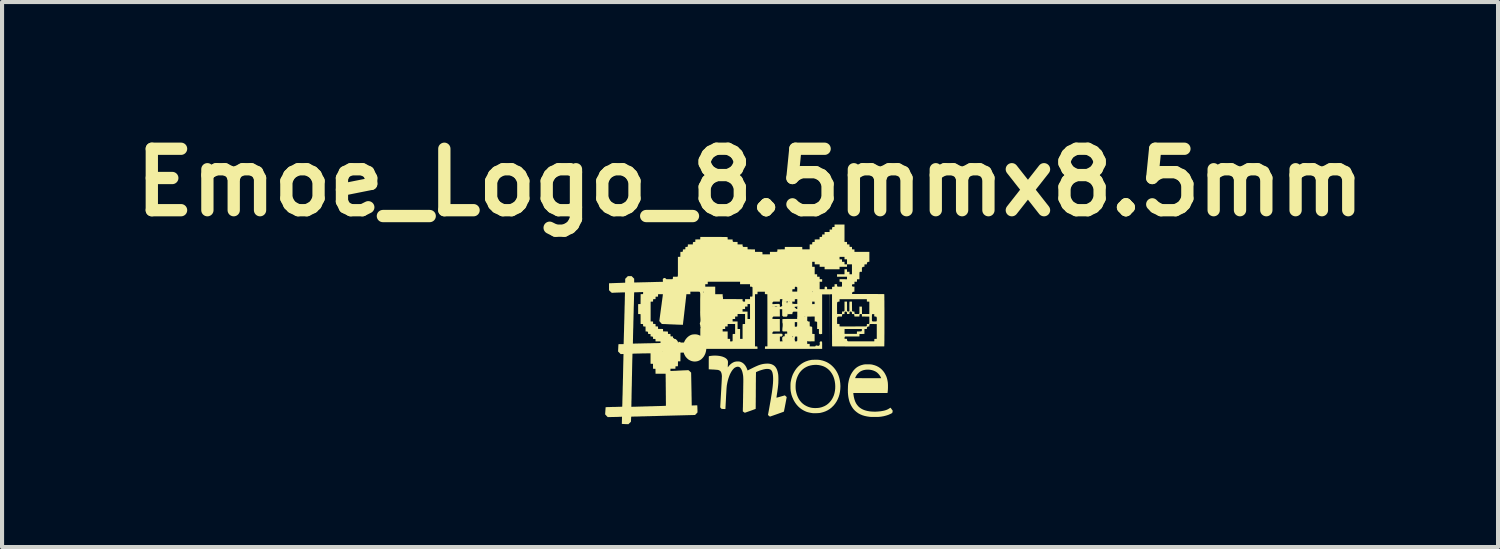
<source format=kicad_pcb>
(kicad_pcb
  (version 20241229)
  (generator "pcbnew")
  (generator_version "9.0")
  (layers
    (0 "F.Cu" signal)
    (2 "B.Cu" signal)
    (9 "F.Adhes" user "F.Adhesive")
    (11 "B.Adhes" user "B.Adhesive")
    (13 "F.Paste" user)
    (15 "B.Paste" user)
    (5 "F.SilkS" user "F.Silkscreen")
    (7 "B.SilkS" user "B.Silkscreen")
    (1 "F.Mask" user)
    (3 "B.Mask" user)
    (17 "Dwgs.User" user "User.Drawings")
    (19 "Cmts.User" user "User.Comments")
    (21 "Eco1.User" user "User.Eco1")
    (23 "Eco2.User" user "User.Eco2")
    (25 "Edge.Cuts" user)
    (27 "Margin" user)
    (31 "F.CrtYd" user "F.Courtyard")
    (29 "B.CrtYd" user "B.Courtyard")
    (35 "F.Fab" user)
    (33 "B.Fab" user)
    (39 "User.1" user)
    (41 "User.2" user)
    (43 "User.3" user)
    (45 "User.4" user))
  (footprint "Emoe_Logo_8.5mmx8.5mm"
    (layer "F.Cu")
    (at 15.264 5.104)
    (property "Reference" "Emoe_Logo_8.5mmx8.5mm" (at 0 -3.7 0) (layer "F.SilkS") (effects (font (size 1.5 1.5) (thickness 0.3))))
    (attr board_only exclude_from_pos_files exclude_from_bom)
    (fp_poly (pts (xy 1.623 0.63) (xy 1.643 0.63) (xy 1.66 0.631) (xy 1.674 0.632) (xy 1.686 0.633) (xy 1.699 0.635) (xy 1.712 0.637) (xy 1.713 0.637) (xy 1.772 0.65) (xy 1.826 0.668) (xy 1.877 0.69) (xy 1.925 0.718) (xy 1.971 0.751) (xy 2.009 0.785) (xy 2.046 0.823) (xy 2.078 0.862) (xy 2.106 0.904) (xy 2.132 0.95) (xy 2.136 0.958) (xy 2.161 1.015) (xy 2.18 1.075) (xy 2.194 1.137) (xy 2.203 1.201) (xy 2.207 1.269) (xy 2.207 1.283) (xy 2.204 1.35) (xy 2.196 1.415) (xy 2.183 1.478) (xy 2.165 1.537) (xy 2.142 1.594) (xy 2.114 1.648) (xy 2.081 1.698) (xy 2.044 1.745) (xy 2.031 1.758) (xy 1.989 1.799) (xy 1.943 1.835) (xy 1.894 1.865) (xy 1.842 1.89) (xy 1.786 1.91) (xy 1.728 1.925) (xy 1.706 1.929) (xy 1.695 1.931) (xy 1.68 1.932) (xy 1.662 1.933) (xy 1.642 1.934) (xy 1.62 1.935) (xy 1.599 1.936) (xy 1.579 1.936) (xy 1.561 1.936) (xy 1.547 1.936) (xy 1.538 1.935) (xy 1.536 1.935) (xy 1.53 1.934) (xy 1.519 1.933) (xy 1.506 1.931) (xy 1.501 1.93) (xy 1.481 1.927) (xy 1.457 1.922) (xy 1.432 1.916) (xy 1.408 1.91) (xy 1.386 1.903) (xy 1.371 1.898) (xy 1.317 1.873) (xy 1.267 1.844) (xy 1.22 1.81) (xy 1.178 1.772) (xy 1.139 1.729) (xy 1.104 1.682) (xy 1.072 1.629) (xy 1.055 1.595) (xy 1.031 1.54) (xy 1.012 1.485) (xy 0.999 1.427) (xy 0.994 1.399) (xy 0.991 1.38) (xy 0.99 1.357) (xy 0.988 1.33) (xy 0.988 1.301) (xy 0.988 1.271) (xy 1.113 1.271) (xy 1.113 1.302) (xy 1.114 1.331) (xy 1.116 1.357) (xy 1.118 1.374) (xy 1.13 1.433) (xy 1.146 1.489) (xy 1.167 1.54) (xy 1.191 1.588) (xy 1.22 1.631) (xy 1.253 1.67) (xy 1.29 1.705) (xy 1.331 1.735) (xy 1.375 1.76) (xy 1.423 1.781) (xy 1.475 1.797) (xy 1.498 1.802) (xy 1.526 1.806) (xy 1.558 1.809) (xy 1.592 1.81) (xy 1.627 1.809) (xy 1.66 1.807) (xy 1.691 1.803) (xy 1.706 1.8) (xy 1.74 1.792) (xy 1.775 1.78) (xy 1.807 1.767) (xy 1.823 1.76) (xy 1.865 1.736) (xy 1.905 1.706) (xy 1.941 1.672) (xy 1.974 1.633) (xy 2.003 1.591) (xy 2.027 1.545) (xy 2.048 1.496) (xy 2.063 1.443) (xy 2.074 1.388) (xy 2.08 1.332) (xy 2.081 1.275) (xy 2.078 1.217) (xy 2.07 1.161) (xy 2.058 1.106) (xy 2.041 1.054) (xy 2.022 1.01) (xy 1.997 0.966) (xy 1.968 0.924) (xy 1.936 0.887) (xy 1.9 0.854) (xy 1.861 0.826) (xy 1.831 0.808) (xy 1.785 0.787) (xy 1.735 0.772) (xy 1.683 0.761) (xy 1.635 0.756) (xy 1.577 0.756) (xy 1.522 0.761) (xy 1.47 0.771) (xy 1.42 0.786) (xy 1.373 0.807) (xy 1.329 0.832) (xy 1.289 0.862) (xy 1.252 0.897) (xy 1.219 0.935) (xy 1.19 0.978) (xy 1.166 1.025) (xy 1.145 1.076) (xy 1.129 1.131) (xy 1.118 1.189) (xy 1.118 1.189) (xy 1.116 1.213) (xy 1.114 1.241) (xy 1.113 1.271) (xy 0.988 1.271) (xy 0.988 1.271) (xy 0.988 1.242) (xy 0.989 1.215) (xy 0.991 1.191) (xy 0.993 1.172) (xy 0.994 1.17) (xy 1.007 1.106) (xy 1.024 1.047) (xy 1.045 0.99) (xy 1.072 0.937) (xy 1.102 0.887) (xy 1.137 0.839) (xy 1.175 0.797) (xy 1.217 0.759) (xy 1.262 0.725) (xy 1.31 0.696) (xy 1.361 0.672) (xy 1.413 0.654) (xy 1.432 0.648) (xy 1.454 0.643) (xy 1.475 0.639) (xy 1.493 0.635) (xy 1.512 0.633) (xy 1.532 0.631) (xy 1.555 0.631) (xy 1.582 0.63) (xy 1.598 0.63)) (stroke (width 0) (type solid)) (fill yes) (layer "F.SilkS"))
    (fp_poly (pts (xy 2.899 0.742) (xy 2.918 0.743) (xy 2.934 0.743) (xy 2.946 0.744) (xy 2.957 0.745) (xy 2.967 0.746) (xy 2.978 0.748) (xy 2.99 0.75) (xy 2.991 0.751) (xy 3.044 0.765) (xy 3.093 0.784) (xy 3.139 0.808) (xy 3.181 0.837) (xy 3.219 0.871) (xy 3.254 0.91) (xy 3.285 0.953) (xy 3.31 0.999) (xy 3.328 1.037) (xy 3.342 1.077) (xy 3.353 1.121) (xy 3.362 1.169) (xy 3.363 1.172) (xy 3.365 1.194) (xy 3.367 1.22) (xy 3.368 1.25) (xy 3.368 1.282) (xy 3.368 1.315) (xy 3.367 1.348) (xy 3.365 1.378) (xy 3.362 1.406) (xy 3.359 1.429) (xy 3.359 1.432) (xy 3.357 1.442) (xy 2.94 1.442) (xy 2.523 1.442) (xy 2.523 1.452) (xy 2.523 1.462) (xy 2.525 1.477) (xy 2.528 1.494) (xy 2.531 1.514) (xy 2.534 1.533) (xy 2.538 1.551) (xy 2.538 1.553) (xy 2.552 1.605) (xy 2.569 1.653) (xy 2.59 1.696) (xy 2.616 1.735) (xy 2.645 1.769) (xy 2.679 1.799) (xy 2.717 1.825) (xy 2.759 1.847) (xy 2.806 1.865) (xy 2.857 1.879) (xy 2.913 1.889) (xy 2.941 1.893) (xy 2.988 1.896) (xy 3.038 1.898) (xy 3.089 1.897) (xy 3.14 1.893) (xy 3.19 1.888) (xy 3.237 1.88) (xy 3.277 1.872) (xy 3.314 1.861) (xy 3.346 1.849) (xy 3.375 1.835) (xy 3.4 1.819) (xy 3.411 1.812) (xy 3.421 1.806) (xy 3.427 1.802) (xy 3.43 1.802) (xy 3.433 1.804) (xy 3.438 1.811) (xy 3.446 1.821) (xy 3.455 1.834) (xy 3.459 1.839) (xy 3.485 1.876) (xy 3.48 1.901) (xy 3.478 1.912) (xy 3.476 1.92) (xy 3.473 1.926) (xy 3.468 1.932) (xy 3.46 1.937) (xy 3.449 1.943) (xy 3.433 1.951) (xy 3.429 1.953) (xy 3.377 1.976) (xy 3.321 1.994) (xy 3.262 2.009) (xy 3.199 2.02) (xy 3.151 2.025) (xy 3.137 2.026) (xy 3.117 2.026) (xy 3.095 2.027) (xy 3.069 2.027) (xy 3.043 2.027) (xy 3.016 2.027) (xy 2.991 2.027) (xy 2.967 2.027) (xy 2.947 2.026) (xy 2.93 2.025) (xy 2.923 2.024) (xy 2.86 2.015) (xy 2.799 2.002) (xy 2.743 1.985) (xy 2.691 1.963) (xy 2.643 1.937) (xy 2.6 1.906) (xy 2.56 1.872) (xy 2.525 1.834) (xy 2.499 1.798) (xy 2.475 1.759) (xy 2.455 1.72) (xy 2.437 1.679) (xy 2.423 1.637) (xy 2.412 1.592) (xy 2.402 1.544) (xy 2.395 1.491) (xy 2.392 1.455) (xy 2.39 1.43) (xy 2.39 1.401) (xy 2.389 1.37) (xy 2.39 1.337) (xy 2.391 1.305) (xy 2.392 1.273) (xy 2.394 1.245) (xy 2.396 1.22) (xy 2.398 1.207) (xy 2.409 1.147) (xy 2.423 1.092) (xy 2.428 1.078) (xy 2.565 1.078) (xy 2.568 1.079) (xy 2.577 1.079) (xy 2.591 1.079) (xy 2.61 1.079) (xy 2.633 1.08) (xy 2.66 1.08) (xy 2.691 1.08) (xy 2.726 1.08) (xy 2.763 1.081) (xy 2.803 1.081) (xy 2.845 1.081) (xy 2.884 1.081) (xy 3.202 1.081) (xy 3.198 1.069) (xy 3.18 1.034) (xy 3.158 1.001) (xy 3.131 0.97) (xy 3.102 0.943) (xy 3.09 0.934) (xy 3.056 0.913) (xy 3.019 0.897) (xy 2.979 0.884) (xy 2.938 0.876) (xy 2.896 0.872) (xy 2.853 0.872) (xy 2.812 0.876) (xy 2.772 0.884) (xy 2.734 0.897) (xy 2.699 0.914) (xy 2.68 0.927) (xy 2.666 0.938) (xy 2.651 0.952) (xy 2.635 0.968) (xy 2.62 0.983) (xy 2.608 0.998) (xy 2.605 1.003) (xy 2.6 1.011) (xy 2.593 1.022) (xy 2.586 1.034) (xy 2.58 1.047) (xy 2.573 1.059) (xy 2.569 1.07) (xy 2.566 1.076) (xy 2.565 1.078) (xy 2.428 1.078) (xy 2.44 1.042) (xy 2.461 0.995) (xy 2.486 0.951) (xy 2.497 0.934) (xy 2.527 0.892) (xy 2.56 0.856) (xy 2.594 0.826) (xy 2.632 0.8) (xy 2.673 0.779) (xy 2.718 0.762) (xy 2.767 0.749) (xy 2.777 0.747) (xy 2.787 0.745) (xy 2.797 0.744) (xy 2.809 0.743) (xy 2.823 0.743) (xy 2.84 0.743) (xy 2.863 0.742) (xy 2.875 0.742)) (stroke (width 0) (type solid)) (fill yes) (layer "F.SilkS"))
    (fp_poly (pts (xy -0.789 0.532) (xy -0.747 0.537) (xy -0.707 0.545) (xy -0.671 0.555) (xy -0.638 0.568) (xy -0.609 0.582) (xy -0.585 0.599) (xy -0.565 0.617) (xy -0.552 0.637) (xy -0.547 0.646) (xy -0.544 0.654) (xy -0.541 0.663) (xy -0.54 0.674) (xy -0.539 0.687) (xy -0.539 0.703) (xy -0.54 0.724) (xy -0.541 0.744) (xy -0.542 0.764) (xy -0.542 0.781) (xy -0.543 0.796) (xy -0.543 0.807) (xy -0.543 0.813) (xy -0.543 0.814) (xy -0.541 0.813) (xy -0.536 0.808) (xy -0.53 0.8) (xy -0.529 0.798) (xy -0.502 0.765) (xy -0.472 0.736) (xy -0.44 0.712) (xy -0.414 0.697) (xy -0.392 0.687) (xy -0.373 0.68) (xy -0.352 0.676) (xy -0.33 0.673) (xy -0.304 0.673) (xy -0.301 0.673) (xy -0.282 0.673) (xy -0.269 0.673) (xy -0.258 0.674) (xy -0.249 0.676) (xy -0.239 0.679) (xy -0.232 0.681) (xy -0.2 0.695) (xy -0.17 0.714) (xy -0.143 0.739) (xy -0.118 0.769) (xy -0.096 0.804) (xy -0.078 0.843) (xy -0.07 0.864) (xy -0.066 0.875) (xy -0.062 0.885) (xy -0.06 0.891) (xy -0.06 0.892) (xy -0.057 0.891) (xy -0.049 0.887) (xy -0.038 0.882) (xy -0.024 0.874) (xy -0.007 0.866) (xy 0.003 0.861) (xy 0.051 0.837) (xy 0.095 0.815) (xy 0.134 0.797) (xy 0.17 0.781) (xy 0.203 0.767) (xy 0.234 0.756) (xy 0.263 0.747) (xy 0.29 0.74) (xy 0.317 0.734) (xy 0.344 0.73) (xy 0.371 0.727) (xy 0.385 0.726) (xy 0.426 0.724) (xy 0.463 0.726) (xy 0.497 0.732) (xy 0.528 0.741) (xy 0.548 0.75) (xy 0.577 0.766) (xy 0.602 0.786) (xy 0.623 0.81) (xy 0.642 0.839) (xy 0.658 0.872) (xy 0.664 0.89) (xy 0.673 0.918) (xy 0.68 0.947) (xy 0.686 0.977) (xy 0.69 1.01) (xy 0.692 1.046) (xy 0.693 1.087) (xy 0.693 1.108) (xy 0.693 1.133) (xy 0.692 1.157) (xy 0.692 1.181) (xy 0.691 1.203) (xy 0.689 1.227) (xy 0.687 1.251) (xy 0.684 1.277) (xy 0.681 1.305) (xy 0.677 1.336) (xy 0.672 1.371) (xy 0.667 1.409) (xy 0.66 1.453) (xy 0.653 1.5) (xy 0.65 1.517) (xy 0.648 1.533) (xy 0.647 1.545) (xy 0.646 1.554) (xy 0.646 1.557) (xy 0.646 1.557) (xy 0.649 1.557) (xy 0.657 1.555) (xy 0.67 1.551) (xy 0.686 1.547) (xy 0.706 1.541) (xy 0.728 1.535) (xy 0.749 1.529) (xy 0.851 1.5) (xy 0.872 1.52) (xy 0.882 1.529) (xy 0.889 1.536) (xy 0.894 1.54) (xy 0.895 1.541) (xy 0.895 1.544) (xy 0.893 1.553) (xy 0.891 1.566) (xy 0.888 1.583) (xy 0.884 1.603) (xy 0.88 1.627) (xy 0.875 1.652) (xy 0.87 1.679) (xy 0.865 1.707) (xy 0.859 1.735) (xy 0.854 1.763) (xy 0.849 1.79) (xy 0.844 1.815) (xy 0.839 1.838) (xy 0.835 1.859) (xy 0.832 1.875) (xy 0.829 1.888) (xy 0.827 1.895) (xy 0.827 1.898) (xy 0.823 1.899) (xy 0.815 1.902) (xy 0.802 1.907) (xy 0.786 1.913) (xy 0.766 1.92) (xy 0.743 1.929) (xy 0.718 1.937) (xy 0.692 1.947) (xy 0.665 1.956) (xy 0.638 1.966) (xy 0.612 1.975) (xy 0.586 1.984) (xy 0.562 1.993) (xy 0.54 2) (xy 0.521 2.007) (xy 0.506 2.012) (xy 0.495 2.016) (xy 0.488 2.018) (xy 0.487 2.019) (xy 0.483 2.017) (xy 0.477 2.012) (xy 0.468 2.004) (xy 0.461 1.999) (xy 0.438 1.979) (xy 0.458 1.874) (xy 0.472 1.795) (xy 0.485 1.722) (xy 0.497 1.654) (xy 0.508 1.591) (xy 0.517 1.533) (xy 0.526 1.479) (xy 0.534 1.429) (xy 0.54 1.384) (xy 0.546 1.341) (xy 0.551 1.302) (xy 0.555 1.265) (xy 0.558 1.231) (xy 0.561 1.2) (xy 0.562 1.17) (xy 0.564 1.142) (xy 0.564 1.115) (xy 0.564 1.089) (xy 0.564 1.079) (xy 0.562 1.035) (xy 0.558 0.997) (xy 0.552 0.964) (xy 0.545 0.936) (xy 0.535 0.913) (xy 0.524 0.894) (xy 0.51 0.879) (xy 0.494 0.868) (xy 0.491 0.867) (xy 0.467 0.858) (xy 0.438 0.854) (xy 0.405 0.854) (xy 0.369 0.858) (xy 0.328 0.867) (xy 0.282 0.88) (xy 0.233 0.896) (xy 0.191 0.913) (xy 0.176 0.919) (xy 0.164 0.925) (xy 0.154 0.929) (xy 0.148 0.932) (xy 0.147 0.932) (xy 0.146 0.935) (xy 0.146 0.941) (xy 0.145 0.952) (xy 0.145 0.967) (xy 0.145 0.987) (xy 0.144 1.012) (xy 0.144 1.041) (xy 0.143 1.075) (xy 0.143 1.115) (xy 0.143 1.16) (xy 0.142 1.21) (xy 0.142 1.266) (xy 0.142 1.328) (xy 0.141 1.382) (xy 0.141 1.434) (xy 0.141 1.484) (xy 0.141 1.531) (xy 0.14 1.577) (xy 0.14 1.62) (xy 0.14 1.66) (xy 0.139 1.696) (xy 0.139 1.729) (xy 0.139 1.758) (xy 0.139 1.783) (xy 0.138 1.802) (xy 0.138 1.817) (xy 0.138 1.826) (xy 0.138 1.83) (xy 0.138 1.83) (xy 0.135 1.832) (xy 0.127 1.835) (xy 0.114 1.839) (xy 0.098 1.845) (xy 0.079 1.852) (xy 0.058 1.86) (xy 0.035 1.868) (xy 0.011 1.877) (xy -0.013 1.885) (xy -0.036 1.893) (xy -0.058 1.901) (xy -0.078 1.908) (xy -0.095 1.914) (xy -0.11 1.919) (xy -0.12 1.923) (xy -0.125 1.925) (xy -0.126 1.925) (xy -0.13 1.923) (xy -0.137 1.918) (xy -0.147 1.912) (xy -0.153 1.908) (xy -0.176 1.891) (xy -0.175 1.817) (xy -0.174 1.795) (xy -0.173 1.768) (xy -0.173 1.736) (xy -0.172 1.702) (xy -0.171 1.664) (xy -0.171 1.624) (xy -0.17 1.582) (xy -0.169 1.539) (xy -0.169 1.495) (xy -0.168 1.452) (xy -0.167 1.408) (xy -0.167 1.366) (xy -0.166 1.325) (xy -0.166 1.287) (xy -0.165 1.251) (xy -0.165 1.219) (xy -0.164 1.191) (xy -0.164 1.167) (xy -0.164 1.148) (xy -0.164 1.137) (xy -0.164 1.104) (xy -0.165 1.077) (xy -0.166 1.052) (xy -0.168 1.03) (xy -0.17 1.009) (xy -0.174 0.988) (xy -0.178 0.966) (xy -0.188 0.924) (xy -0.201 0.887) (xy -0.217 0.855) (xy -0.236 0.829) (xy -0.236 0.828) (xy -0.252 0.814) (xy -0.271 0.805) (xy -0.291 0.801) (xy -0.313 0.801) (xy -0.336 0.807) (xy -0.359 0.817) (xy -0.382 0.831) (xy -0.394 0.842) (xy -0.42 0.87) (xy -0.445 0.903) (xy -0.468 0.942) (xy -0.49 0.985) (xy -0.509 1.033) (xy -0.527 1.085) (xy -0.543 1.14) (xy -0.556 1.199) (xy -0.567 1.26) (xy -0.568 1.269) (xy -0.569 1.281) (xy -0.571 1.298) (xy -0.573 1.322) (xy -0.575 1.35) (xy -0.577 1.385) (xy -0.579 1.425) (xy -0.582 1.471) (xy -0.585 1.522) (xy -0.587 1.571) (xy -0.589 1.61) (xy -0.591 1.648) (xy -0.593 1.683) (xy -0.595 1.716) (xy -0.596 1.745) (xy -0.598 1.771) (xy -0.599 1.793) (xy -0.6 1.811) (xy -0.601 1.823) (xy -0.601 1.831) (xy -0.601 1.833) (xy -0.604 1.833) (xy -0.611 1.834) (xy -0.622 1.834) (xy -0.635 1.833) (xy -0.649 1.833) (xy -0.662 1.832) (xy -0.672 1.832) (xy -0.675 1.832) (xy -0.695 1.83) (xy -0.712 1.811) (xy -0.728 1.792) (xy -0.707 1.425) (xy -0.703 1.359) (xy -0.7 1.299) (xy -0.697 1.245) (xy -0.694 1.196) (xy -0.692 1.154) (xy -0.69 1.118) (xy -0.689 1.087) (xy -0.688 1.063) (xy -0.687 1.044) (xy -0.687 1.031) (xy -0.687 1.026) (xy -0.691 0.99) (xy -0.697 0.961) (xy -0.706 0.936) (xy -0.718 0.915) (xy -0.734 0.9) (xy -0.754 0.888) (xy -0.777 0.88) (xy -0.794 0.877) (xy -0.81 0.876) (xy -0.831 0.874) (xy -0.856 0.872) (xy -0.884 0.87) (xy -0.914 0.869) (xy -0.944 0.867) (xy -0.96 0.866) (xy -1.008 0.864) (xy -1.008 0.706) (xy -1.008 0.673) (xy -1.008 0.643) (xy -1.007 0.616) (xy -1.007 0.593) (xy -1.007 0.574) (xy -1.006 0.559) (xy -1.006 0.549) (xy -1.005 0.545) (xy -1.005 0.545) (xy -0.999 0.543) (xy -0.988 0.541) (xy -0.973 0.538) (xy -0.956 0.536) (xy -0.936 0.533) (xy -0.916 0.531) (xy -0.897 0.53) (xy -0.88 0.529) (xy -0.834 0.529)) (stroke (width 0) (type solid)) (fill yes) (layer "F.SilkS"))
    (fp_poly (pts (xy 2.307 -2.459) (xy 2.307 -2.246) (xy 2.337 -2.246) (xy 2.368 -2.246) (xy 2.369 -2.217) (xy 2.369 -2.187) (xy 2.399 -2.186) (xy 2.428 -2.186) (xy 2.429 -2.156) (xy 2.43 -2.127) (xy 2.46 -2.126) (xy 2.489 -2.125) (xy 2.49 -2.095) (xy 2.491 -2.066) (xy 2.52 -2.065) (xy 2.55 -2.064) (xy 2.55 -2.034) (xy 2.55 -2.004) (xy 2.732 -2.004) (xy 2.914 -2.004) (xy 2.914 -1.882) (xy 2.914 -1.761) (xy 2.896 -1.761) (xy 2.885 -1.76) (xy 2.878 -1.759) (xy 2.872 -1.755) (xy 2.865 -1.749) (xy 2.859 -1.742) (xy 2.855 -1.736) (xy 2.854 -1.729) (xy 2.854 -1.719) (xy 2.854 -1.7) (xy 2.824 -1.699) (xy 2.794 -1.698) (xy 2.794 -1.669) (xy 2.793 -1.639) (xy 2.774 -1.639) (xy 2.764 -1.639) (xy 2.757 -1.637) (xy 2.751 -1.634) (xy 2.744 -1.628) (xy 2.732 -1.616) (xy 2.732 -1.567) (xy 2.732 -1.518) (xy 2.708 -1.518) (xy 2.698 -1.518) (xy 2.69 -1.518) (xy 2.684 -1.516) (xy 2.679 -1.514) (xy 2.676 -1.509) (xy 2.674 -1.501) (xy 2.672 -1.49) (xy 2.672 -1.474) (xy 2.671 -1.455) (xy 2.671 -1.429) (xy 2.671 -1.421) (xy 2.671 -1.336) (xy 2.642 -1.335) (xy 2.612 -1.334) (xy 2.611 -1.305) (xy 2.611 -1.275) (xy 2.58 -1.275) (xy 2.55 -1.275) (xy 2.55 -1.245) (xy 2.55 -1.214) (xy 2.526 -1.214) (xy 2.51 -1.214) (xy 2.5 -1.211) (xy 2.493 -1.206) (xy 2.49 -1.198) (xy 2.489 -1.187) (xy 2.49 -1.176) (xy 2.492 -1.169) (xy 2.498 -1.163) (xy 2.498 -1.162) (xy 2.503 -1.158) (xy 2.509 -1.155) (xy 2.516 -1.154) (xy 2.527 -1.154) (xy 2.529 -1.154) (xy 2.55 -1.154) (xy 2.549 -1.092) (xy 2.549 -1.031) (xy 2.533 -1.031) (xy 2.517 -1.028) (xy 2.504 -1.021) (xy 2.495 -1.009) (xy 2.491 -0.995) (xy 2.491 -0.988) (xy 2.491 -0.976) (xy 2.882 -0.975) (xy 2.944 -0.975) (xy 3 -0.975) (xy 3.05 -0.975) (xy 3.095 -0.975) (xy 3.134 -0.974) (xy 3.168 -0.974) (xy 3.197 -0.974) (xy 3.222 -0.973) (xy 3.241 -0.973) (xy 3.257 -0.973) (xy 3.268 -0.972) (xy 3.274 -0.972) (xy 3.277 -0.971) (xy 3.278 -0.971) (xy 3.278 -0.968) (xy 3.279 -0.958) (xy 3.279 -0.944) (xy 3.279 -0.924) (xy 3.28 -0.9) (xy 3.28 -0.872) (xy 3.28 -0.839) (xy 3.281 -0.803) (xy 3.281 -0.763) (xy 3.281 -0.721) (xy 3.281 -0.675) (xy 3.282 -0.628) (xy 3.282 -0.578) (xy 3.282 -0.527) (xy 3.282 -0.475) (xy 3.282 -0.422) (xy 3.282 -0.368) (xy 3.282 -0.314) (xy 3.282 -0.26) (xy 3.282 -0.207) (xy 3.282 -0.155) (xy 3.282 -0.103) (xy 3.282 -0.053) (xy 3.282 -0.005) (xy 3.281 0.041) (xy 3.281 0.084) (xy 3.281 0.124) (xy 3.281 0.162) (xy 3.28 0.195) (xy 3.28 0.225) (xy 3.279 0.25) (xy 3.279 0.271) (xy 3.279 0.287) (xy 3.278 0.298) (xy 3.278 0.303) (xy 3.277 0.303) (xy 3.274 0.304) (xy 3.265 0.304) (xy 3.25 0.304) (xy 3.231 0.304) (xy 3.207 0.305) (xy 3.178 0.305) (xy 3.146 0.305) (xy 3.109 0.305) (xy 3.07 0.305) (xy 3.027 0.306) (xy 2.982 0.306) (xy 2.935 0.306) (xy 2.885 0.306) (xy 2.834 0.306) (xy 2.782 0.306) (xy 2.729 0.306) (xy 2.675 0.306) (xy 2.621 0.306) (xy 2.568 0.306) (xy 2.514 0.306) (xy 2.462 0.306) (xy 2.41 0.306) (xy 2.361 0.306) (xy 2.313 0.305) (xy 2.267 0.305) (xy 2.224 0.305) (xy 2.183 0.305) (xy 2.146 0.305) (xy 2.112 0.304) (xy 2.083 0.304) (xy 2.057 0.304) (xy 2.036 0.304) (xy 2.021 0.303) (xy 2.01 0.303) (xy 2.005 0.303) (xy 2.005 0.303) (xy 2.004 0.299) (xy 2.004 0.29) (xy 2.004 0.276) (xy 2.004 0.256) (xy 2.003 0.231) (xy 2.003 0.202) (xy 2.003 0.168) (xy 2.003 0.13) (xy 2.003 0.12) (xy 2.309 0.12) (xy 2.319 0.119) (xy 2.33 0.119) (xy 2.341 0.118) (xy 2.342 0.118) (xy 2.354 0.118) (xy 2.362 0.12) (xy 2.366 0.125) (xy 2.368 0.135) (xy 2.368 0.141) (xy 2.371 0.158) (xy 2.378 0.17) (xy 2.388 0.178) (xy 2.391 0.179) (xy 2.394 0.18) (xy 2.404 0.18) (xy 2.419 0.18) (xy 2.438 0.18) (xy 2.462 0.181) (xy 2.49 0.181) (xy 2.522 0.181) (xy 2.557 0.181) (xy 2.595 0.181) (xy 2.635 0.181) (xy 2.677 0.181) (xy 2.715 0.181) (xy 3.034 0.181) (xy 3.035 0.151) (xy 3.036 0.122) (xy 3.065 0.121) (xy 3.095 0.12) (xy 3.095 -0.061) (xy 3.095 -0.241) (xy 3.012 -0.242) (xy 2.929 -0.243) (xy 2.922 -0.235) (xy 2.918 -0.231) (xy 2.916 -0.226) (xy 2.915 -0.218) (xy 2.914 -0.206) (xy 2.914 -0.205) (xy 2.914 -0.182) (xy 2.899 -0.182) (xy 2.881 -0.18) (xy 2.868 -0.174) (xy 2.859 -0.164) (xy 2.854 -0.149) (xy 2.854 -0.139) (xy 2.854 -0.122) (xy 2.824 -0.121) (xy 2.794 -0.12) (xy 2.794 -0.06) (xy 2.793 -0.000128) (xy 2.733 0.001) (xy 2.673 0.002) (xy 2.672 0.031) (xy 2.671 0.061) (xy 2.497 0.061) (xy 2.323 0.062) (xy 2.316 0.069) (xy 2.312 0.074) (xy 2.31 0.079) (xy 2.309 0.088) (xy 2.309 0.098) (xy 2.309 0.12) (xy 2.003 0.12) (xy 2.003 0.089) (xy 2.003 0.044) (xy 2.002 -0.005) (xy 2.002 -0.03) (xy 2.308 -0.03) (xy 2.308 -0.017) (xy 2.308 -0.008) (xy 2.309 -0.004) (xy 2.31 -0.003) (xy 2.314 -0.002) (xy 2.32 -0.002) (xy 2.33 -0.001) (xy 2.344 -0.001) (xy 2.361 -0.001) (xy 2.384 -0.001) (xy 2.411 -0.001) (xy 2.443 -0.001) (xy 2.46 -0.001) (xy 2.609 -0.002) (xy 2.61 -0.031) (xy 2.611 -0.06) (xy 2.664 -0.061) (xy 2.683 -0.062) (xy 2.697 -0.062) (xy 2.707 -0.063) (xy 2.714 -0.064) (xy 2.718 -0.065) (xy 2.721 -0.067) (xy 2.724 -0.069) (xy 2.727 -0.074) (xy 2.73 -0.079) (xy 2.73 -0.088) (xy 2.731 -0.098) (xy 2.731 -0.12) (xy 2.52 -0.12) (xy 2.309 -0.12) (xy 2.308 -0.064) (xy 2.308 -0.046) (xy 2.308 -0.03) (xy 2.002 -0.03) (xy 2.002 -0.056) (xy 2.002 -0.11) (xy 2.002 -0.167) (xy 2.002 -0.225) (xy 2.002 -0.286) (xy 2.002 -0.334) (xy 2.002 -0.355) (xy 2.125 -0.355) (xy 2.126 -0.329) (xy 2.126 -0.32) (xy 2.127 -0.244) (xy 2.156 -0.244) (xy 2.186 -0.243) (xy 2.186 -0.214) (xy 2.186 -0.202) (xy 2.186 -0.192) (xy 2.187 -0.185) (xy 2.188 -0.184) (xy 2.191 -0.184) (xy 2.2 -0.184) (xy 2.214 -0.183) (xy 2.233 -0.183) (xy 2.257 -0.183) (xy 2.285 -0.183) (xy 2.316 -0.183) (xy 2.351 -0.183) (xy 2.388 -0.183) (xy 2.428 -0.183) (xy 2.47 -0.183) (xy 2.514 -0.183) (xy 2.838 -0.184) (xy 2.845 -0.191) (xy 2.849 -0.195) (xy 2.851 -0.202) (xy 2.853 -0.212) (xy 2.853 -0.22) (xy 2.854 -0.243) (xy 2.88 -0.243) (xy 2.894 -0.243) (xy 2.903 -0.244) (xy 2.908 -0.247) (xy 2.91 -0.248) (xy 2.911 -0.25) (xy 2.912 -0.253) (xy 2.913 -0.259) (xy 2.913 -0.267) (xy 2.914 -0.278) (xy 2.914 -0.294) (xy 2.914 -0.315) (xy 2.914 -0.338) (xy 2.913 -0.376) (xy 2.976 -0.376) (xy 2.976 -0.356) (xy 2.976 -0.341) (xy 2.977 -0.33) (xy 2.978 -0.322) (xy 2.981 -0.316) (xy 2.984 -0.312) (xy 2.987 -0.309) (xy 2.99 -0.307) (xy 2.996 -0.306) (xy 3.007 -0.305) (xy 3.02 -0.304) (xy 3.036 -0.304) (xy 3.051 -0.304) (xy 3.066 -0.305) (xy 3.079 -0.306) (xy 3.087 -0.308) (xy 3.091 -0.309) (xy 3.093 -0.314) (xy 3.094 -0.323) (xy 3.095 -0.336) (xy 3.096 -0.35) (xy 3.096 -0.366) (xy 3.096 -0.38) (xy 3.095 -0.392) (xy 3.094 -0.4) (xy 3.09 -0.411) (xy 3.086 -0.418) (xy 3.079 -0.422) (xy 3.069 -0.424) (xy 3.059 -0.424) (xy 3.047 -0.425) (xy 3.04 -0.427) (xy 3.035 -0.431) (xy 3.033 -0.437) (xy 3.033 -0.448) (xy 3.033 -0.461) (xy 3.034 -0.484) (xy 3.009 -0.484) (xy 2.994 -0.484) (xy 2.984 -0.482) (xy 2.98 -0.48) (xy 2.979 -0.477) (xy 2.978 -0.471) (xy 2.977 -0.461) (xy 2.977 -0.447) (xy 2.976 -0.428) (xy 2.976 -0.403) (xy 2.976 -0.401) (xy 2.976 -0.376) (xy 2.913 -0.376) (xy 2.913 -0.423) (xy 2.823 -0.424) (xy 2.732 -0.425) (xy 2.732 -0.455) (xy 2.731 -0.484) (xy 2.709 -0.485) (xy 2.697 -0.485) (xy 2.689 -0.485) (xy 2.684 -0.483) (xy 2.68 -0.479) (xy 2.679 -0.478) (xy 2.675 -0.474) (xy 2.673 -0.469) (xy 2.672 -0.461) (xy 2.671 -0.449) (xy 2.671 -0.448) (xy 2.671 -0.425) (xy 2.611 -0.425) (xy 2.551 -0.425) (xy 2.549 -0.441) (xy 2.547 -0.454) (xy 2.545 -0.466) (xy 2.545 -0.471) (xy 2.542 -0.484) (xy 2.516 -0.485) (xy 2.49 -0.486) (xy 2.489 -0.509) (xy 2.487 -0.524) (xy 2.483 -0.535) (xy 2.477 -0.541) (xy 2.468 -0.544) (xy 2.459 -0.546) (xy 2.45 -0.546) (xy 2.443 -0.545) (xy 2.438 -0.541) (xy 2.436 -0.539) (xy 2.432 -0.535) (xy 2.43 -0.53) (xy 2.429 -0.522) (xy 2.429 -0.511) (xy 2.429 -0.509) (xy 2.429 -0.486) (xy 2.398 -0.486) (xy 2.368 -0.486) (xy 2.368 -0.506) (xy 2.367 -0.522) (xy 2.363 -0.534) (xy 2.355 -0.541) (xy 2.344 -0.545) (xy 2.338 -0.546) (xy 2.329 -0.546) (xy 2.322 -0.545) (xy 2.317 -0.541) (xy 2.315 -0.539) (xy 2.311 -0.535) (xy 2.309 -0.529) (xy 2.307 -0.522) (xy 2.307 -0.51) (xy 2.307 -0.509) (xy 2.307 -0.486) (xy 2.282 -0.485) (xy 2.267 -0.484) (xy 2.257 -0.482) (xy 2.252 -0.48) (xy 2.252 -0.48) (xy 2.25 -0.475) (xy 2.248 -0.465) (xy 2.247 -0.451) (xy 2.247 -0.451) (xy 2.246 -0.425) (xy 2.2 -0.425) (xy 2.18 -0.425) (xy 2.164 -0.424) (xy 2.151 -0.423) (xy 2.142 -0.419) (xy 2.135 -0.413) (xy 2.13 -0.405) (xy 2.127 -0.393) (xy 2.126 -0.376) (xy 2.125 -0.355) (xy 2.002 -0.355) (xy 2.002 -0.626) (xy 2.125 -0.626) (xy 2.125 -0.598) (xy 2.125 -0.572) (xy 2.125 -0.548) (xy 2.126 -0.527) (xy 2.126 -0.51) (xy 2.126 -0.497) (xy 2.127 -0.49) (xy 2.127 -0.488) (xy 2.131 -0.487) (xy 2.139 -0.487) (xy 2.152 -0.486) (xy 2.168 -0.486) (xy 2.186 -0.486) (xy 2.187 -0.486) (xy 2.245 -0.487) (xy 2.246 -0.516) (xy 2.247 -0.546) (xy 2.258 -0.548) (xy 2.269 -0.548) (xy 2.28 -0.548) (xy 2.28 -0.548) (xy 2.289 -0.547) (xy 2.296 -0.55) (xy 2.299 -0.554) (xy 2.307 -0.561) (xy 2.307 -0.675) (xy 2.307 -0.789) (xy 2.337 -0.789) (xy 2.368 -0.789) (xy 2.369 -0.675) (xy 2.369 -0.561) (xy 2.378 -0.554) (xy 2.388 -0.548) (xy 2.401 -0.546) (xy 2.413 -0.548) (xy 2.42 -0.552) (xy 2.427 -0.558) (xy 2.426 -0.647) (xy 2.426 -0.671) (xy 2.426 -0.695) (xy 2.426 -0.717) (xy 2.426 -0.736) (xy 2.427 -0.752) (xy 2.427 -0.762) (xy 2.427 -0.763) (xy 2.429 -0.789) (xy 2.459 -0.789) (xy 2.489 -0.789) (xy 2.49 -0.675) (xy 2.491 -0.561) (xy 2.499 -0.554) (xy 2.505 -0.55) (xy 2.511 -0.547) (xy 2.521 -0.547) (xy 2.529 -0.546) (xy 2.55 -0.546) (xy 2.55 -0.523) (xy 2.55 -0.51) (xy 2.551 -0.501) (xy 2.553 -0.495) (xy 2.558 -0.491) (xy 2.565 -0.488) (xy 2.577 -0.487) (xy 2.593 -0.487) (xy 2.607 -0.486) (xy 2.626 -0.486) (xy 2.639 -0.486) (xy 2.648 -0.486) (xy 2.654 -0.487) (xy 2.658 -0.488) (xy 2.661 -0.49) (xy 2.664 -0.493) (xy 2.671 -0.501) (xy 2.671 -0.584) (xy 2.671 -0.668) (xy 2.702 -0.668) (xy 2.732 -0.668) (xy 2.733 -0.578) (xy 2.734 -0.487) (xy 2.823 -0.487) (xy 2.913 -0.487) (xy 2.913 -0.638) (xy 2.913 -0.788) (xy 2.883 -0.789) (xy 2.854 -0.79) (xy 2.853 -0.819) (xy 2.852 -0.848) (xy 2.52 -0.848) (xy 2.187 -0.848) (xy 2.186 -0.819) (xy 2.186 -0.789) (xy 2.17 -0.789) (xy 2.153 -0.787) (xy 2.139 -0.781) (xy 2.13 -0.771) (xy 2.129 -0.769) (xy 2.128 -0.765) (xy 2.127 -0.76) (xy 2.126 -0.754) (xy 2.126 -0.744) (xy 2.126 -0.731) (xy 2.125 -0.715) (xy 2.125 -0.695) (xy 2.125 -0.67) (xy 2.125 -0.639) (xy 2.125 -0.626) (xy 2.002 -0.626) (xy 2.002 -0.969) (xy 1.975 -0.968) (xy 1.947 -0.967) (xy 1.946 -0.311) (xy 1.944 0.345) (xy 1.944 -0.31) (xy 1.943 -0.965) (xy 1.852 -0.965) (xy 1.761 -0.965) (xy 1.761 -0.483) (xy 1.761 -0.001) (xy 1.748 0.001) (xy 1.737 0.003) (xy 1.727 0.005) (xy 1.725 0.005) (xy 1.71 0.006) (xy 1.697 0.002) (xy 1.688 -0.003) (xy 1.686 -0.006) (xy 1.684 -0.009) (xy 1.683 -0.013) (xy 1.682 -0.02) (xy 1.682 -0.03) (xy 1.682 -0.044) (xy 1.682 -0.063) (xy 1.682 -0.065) (xy 1.682 -0.121) (xy 1.661 -0.121) (xy 1.639 -0.121) (xy 1.639 -0.204) (xy 1.639 -0.286) (xy 1.63 -0.295) (xy 1.625 -0.299) (xy 1.62 -0.302) (xy 1.613 -0.303) (xy 1.602 -0.304) (xy 1.6 -0.304) (xy 1.579 -0.304) (xy 1.579 -0.364) (xy 1.579 -0.425) (xy 1.488 -0.424) (xy 1.398 -0.423) (xy 1.397 -0.374) (xy 1.396 -0.325) (xy 1.407 -0.315) (xy 1.414 -0.308) (xy 1.42 -0.305) (xy 1.428 -0.304) (xy 1.437 -0.303) (xy 1.456 -0.302) (xy 1.457 -0.243) (xy 1.459 -0.184) (xy 1.479 -0.183) (xy 1.491 -0.182) (xy 1.498 -0.18) (xy 1.504 -0.177) (xy 1.509 -0.173) (xy 1.518 -0.164) (xy 1.519 -0.083) (xy 1.519 -0.002) (xy 1.548 0) (xy 1.577 0.002) (xy 1.577 0.091) (xy 1.577 0.181) (xy 1.497 0.181) (xy 1.473 0.182) (xy 1.453 0.182) (xy 1.439 0.182) (xy 1.428 0.181) (xy 1.42 0.18) (xy 1.415 0.179) (xy 1.412 0.178) (xy 1.41 0.177) (xy 1.404 0.174) (xy 1.4 0.174) (xy 1.398 0.178) (xy 1.397 0.187) (xy 1.397 0.2) (xy 1.396 0.21) (xy 1.396 0.243) (xy 1.427 0.243) (xy 1.457 0.243) (xy 1.457 0.273) (xy 1.457 0.304) (xy 1.524 0.304) (xy 1.591 0.304) (xy 1.598 0.296) (xy 1.603 0.29) (xy 1.606 0.285) (xy 1.606 0.285) (xy 1.609 0.282) (xy 1.616 0.281) (xy 1.629 0.283) (xy 1.641 0.285) (xy 1.655 0.289) (xy 1.667 0.29) (xy 1.674 0.29) (xy 1.686 0.285) (xy 1.694 0.276) (xy 1.699 0.266) (xy 1.701 0.256) (xy 1.704 0.25) (xy 1.706 0.242) (xy 1.704 0.237) (xy 1.7 0.226) (xy 1.7 0.214) (xy 1.703 0.201) (xy 1.708 0.192) (xy 1.713 0.187) (xy 1.718 0.183) (xy 1.724 0.182) (xy 1.733 0.182) (xy 1.741 0.182) (xy 1.747 0.183) (xy 1.752 0.184) (xy 1.755 0.187) (xy 1.758 0.193) (xy 1.759 0.201) (xy 1.76 0.213) (xy 1.761 0.229) (xy 1.761 0.25) (xy 1.761 0.276) (xy 1.761 0.279) (xy 1.761 0.364) (xy 1.062 0.364) (xy 0.364 0.364) (xy 0.365 0.335) (xy 0.366 0.305) (xy 0.395 0.304) (xy 0.425 0.303) (xy 0.425 -0.003) (xy 0.546 -0.003) (xy 0.606 -0.004) (xy 0.647 -0.006) (xy 0.683 -0.006) (xy 0.714 -0.006) (xy 0.739 -0.006) (xy 0.759 -0.005) (xy 0.774 -0.004) (xy 0.783 -0.002) (xy 0.786 0.001) (xy 0.786 0.001) (xy 0.788 0.002) (xy 0.789 0.002) (xy 0.791 0.003) (xy 0.792 0.011) (xy 0.792 0.023) (xy 0.792 0.026) (xy 0.792 0.038) (xy 0.791 0.046) (xy 0.79 0.05) (xy 0.79 0.05) (xy 0.786 0.051) (xy 0.781 0.056) (xy 0.781 0.056) (xy 0.777 0.06) (xy 0.773 0.062) (xy 0.766 0.063) (xy 0.755 0.064) (xy 0.752 0.064) (xy 0.729 0.064) (xy 0.729 0.121) (xy 0.729 0.139) (xy 0.729 0.155) (xy 0.729 0.168) (xy 0.73 0.177) (xy 0.731 0.18) (xy 0.731 0.18) (xy 0.735 0.181) (xy 0.743 0.182) (xy 0.754 0.182) (xy 0.767 0.181) (xy 0.778 0.181) (xy 0.801 0.181) (xy 0.803 0.182) (xy 0.804 0.181) (xy 0.803 0.179) (xy 0.801 0.181) (xy 0.778 0.181) (xy 0.779 0.181) (xy 0.789 0.179) (xy 0.796 0.178) (xy 0.798 0.177) (xy 0.797 0.172) (xy 0.793 0.167) (xy 0.79 0.164) (xy 0.788 0.16) (xy 0.787 0.154) (xy 0.786 0.144) (xy 0.786 0.13) (xy 0.786 0.129) (xy 1.09 0.129) (xy 1.09 0.139) (xy 1.091 0.147) (xy 1.093 0.15) (xy 1.095 0.154) (xy 1.096 0.162) (xy 1.096 0.166) (xy 1.096 0.181) (xy 1.117 0.182) (xy 1.129 0.182) (xy 1.137 0.181) (xy 1.142 0.179) (xy 1.146 0.176) (xy 1.149 0.173) (xy 1.151 0.17) (xy 1.151 0.168) (xy 1.396 0.168) (xy 1.398 0.17) (xy 1.399 0.168) (xy 1.398 0.167) (xy 1.396 0.168) (xy 1.151 0.168) (xy 1.152 0.166) (xy 1.153 0.16) (xy 1.153 0.15) (xy 1.154 0.136) (xy 1.154 0.117) (xy 1.154 0.116) (xy 1.153 0.096) (xy 1.153 0.081) (xy 1.152 0.072) (xy 1.151 0.066) (xy 1.15 0.064) (xy 1.15 0.064) (xy 1.142 0.063) (xy 1.131 0.064) (xy 1.119 0.064) (xy 1.109 0.065) (xy 1.102 0.065) (xy 1.101 0.066) (xy 1.098 0.068) (xy 1.097 0.072) (xy 1.096 0.081) (xy 1.096 0.087) (xy 1.095 0.097) (xy 1.094 0.105) (xy 1.093 0.108) (xy 1.091 0.112) (xy 1.09 0.12) (xy 1.09 0.129) (xy 0.786 0.129) (xy 0.786 0.124) (xy 0.786 0.088) (xy 0.799 0.075) (xy 0.803 0.071) (xy 1.032 0.071) (xy 1.032 0.078) (xy 1.033 0.082) (xy 1.033 0.082) (xy 1.036 0.08) (xy 1.041 0.075) (xy 1.046 0.071) (xy 1.057 0.061) (xy 1.045 0.061) (xy 1.037 0.061) (xy 1.033 0.063) (xy 1.032 0.068) (xy 1.032 0.071) (xy 0.803 0.071) (xy 0.806 0.068) (xy 0.807 0.066) (xy 0.844 0.066) (xy 0.847 0.067) (xy 0.85 0.064) (xy 0.851 0.062) (xy 0.851 0.059) (xy 0.848 0.06) (xy 0.845 0.063) (xy 0.844 0.066) (xy 0.807 0.066) (xy 0.81 0.062) (xy 0.811 0.06) (xy 0.814 0.059) (xy 0.82 0.058) (xy 0.825 0.058) (xy 0.834 0.057) (xy 0.842 0.055) (xy 0.843 0.054) (xy 0.845 0.049) (xy 0.847 0.039) (xy 0.847 0.025) (xy 0.847 0.012) (xy 0.848 0.005) (xy 0.905 0.005) (xy 0.907 0.006) (xy 0.911 0.004) (xy 0.912 0.002) (xy 0.912 -0.001) (xy 0.909 -0.001) (xy 0.905 0.002) (xy 0.905 0.005) (xy 0.848 0.005) (xy 0.848 0.004) (xy 0.85 0.001) (xy 0.85 0.002) (xy 0.853 0.001) (xy 0.853 0.000482) (xy 0.856 -0.002) (xy 0.863 -0.005) (xy 0.872 -0.007) (xy 0.882 -0.007) (xy 0.89 -0.007) (xy 0.892 -0.006) (xy 0.9 -0.005) (xy 0.905 -0.005) (xy 0.905 -0.005) (xy 0.906 -0.008) (xy 0.907 -0.016) (xy 0.908 -0.027) (xy 0.908 -0.038) (xy 0.907 -0.048) (xy 0.906 -0.055) (xy 0.906 -0.056) (xy 0.904 -0.058) (xy 0.901 -0.059) (xy 0.895 -0.06) (xy 0.886 -0.06) (xy 0.872 -0.061) (xy 0.853 -0.061) (xy 0.852 -0.061) (xy 0.831 -0.061) (xy 0.815 -0.061) (xy 0.804 -0.062) (xy 0.797 -0.065) (xy 0.792 -0.069) (xy 0.79 -0.076) (xy 0.789 -0.086) (xy 0.789 -0.099) (xy 0.789 -0.102) (xy 0.79 -0.119) (xy 0.791 -0.139) (xy 0.793 -0.156) (xy 0.794 -0.161) (xy 0.796 -0.175) (xy 0.797 -0.192) (xy 0.798 -0.21) (xy 0.798 -0.227) (xy 0.798 -0.236) (xy 1.093 -0.236) (xy 1.093 -0.218) (xy 1.093 -0.203) (xy 1.094 -0.19) (xy 1.094 -0.181) (xy 1.095 -0.178) (xy 1.099 -0.177) (xy 1.107 -0.176) (xy 1.117 -0.176) (xy 1.127 -0.177) (xy 1.134 -0.178) (xy 1.137 -0.179) (xy 1.141 -0.182) (xy 1.145 -0.182) (xy 1.147 -0.182) (xy 1.148 -0.184) (xy 1.149 -0.187) (xy 1.15 -0.194) (xy 1.15 -0.204) (xy 1.151 -0.218) (xy 1.151 -0.235) (xy 1.151 -0.288) (xy 1.127 -0.288) (xy 1.114 -0.289) (xy 1.104 -0.289) (xy 1.098 -0.29) (xy 1.098 -0.29) (xy 1.096 -0.29) (xy 1.095 -0.289) (xy 1.094 -0.284) (xy 1.093 -0.277) (xy 1.093 -0.265) (xy 1.093 -0.248) (xy 1.093 -0.236) (xy 0.798 -0.236) (xy 0.797 -0.243) (xy 0.796 -0.257) (xy 0.795 -0.267) (xy 0.793 -0.271) (xy 0.791 -0.275) (xy 0.79 -0.283) (xy 0.79 -0.296) (xy 0.79 -0.314) (xy 0.79 -0.319) (xy 0.791 -0.363) (xy 0.859 -0.365) (xy 0.879 -0.365) (xy 0.904 -0.366) (xy 0.932 -0.366) (xy 0.962 -0.366) (xy 0.993 -0.367) (xy 1.023 -0.367) (xy 1.039 -0.367) (xy 1.151 -0.367) (xy 1.151 -0.395) (xy 1.151 -0.407) (xy 1.152 -0.416) (xy 1.152 -0.419) (xy 1.336 -0.419) (xy 1.336 -0.414) (xy 1.337 -0.413) (xy 1.339 -0.415) (xy 1.343 -0.419) (xy 1.347 -0.423) (xy 1.346 -0.425) (xy 1.342 -0.425) (xy 1.337 -0.423) (xy 1.336 -0.419) (xy 1.152 -0.419) (xy 1.153 -0.421) (xy 1.153 -0.422) (xy 1.154 -0.423) (xy 1.211 -0.423) (xy 1.213 -0.422) (xy 1.214 -0.423) (xy 1.213 -0.425) (xy 1.211 -0.423) (xy 1.154 -0.423) (xy 1.155 -0.424) (xy 1.155 -0.427) (xy 1.155 -0.432) (xy 1.154 -0.442) (xy 1.154 -0.455) (xy 1.154 -0.472) (xy 1.154 -0.488) (xy 1.154 -0.543) (xy 1.106 -0.543) (xy 1.058 -0.543) (xy 1.047 -0.532) (xy 1.04 -0.525) (xy 1.037 -0.518) (xy 1.035 -0.51) (xy 1.035 -0.502) (xy 1.034 -0.484) (xy 0.978 -0.483) (xy 0.956 -0.483) (xy 0.939 -0.482) (xy 0.926 -0.481) (xy 0.919 -0.48) (xy 0.918 -0.479) (xy 0.915 -0.474) (xy 0.914 -0.463) (xy 0.914 -0.455) (xy 0.913 -0.444) (xy 0.912 -0.437) (xy 0.911 -0.435) (xy 0.911 -0.435) (xy 0.907 -0.435) (xy 0.903 -0.43) (xy 0.902 -0.43) (xy 0.9 -0.427) (xy 0.897 -0.424) (xy 0.892 -0.423) (xy 0.886 -0.422) (xy 0.875 -0.422) (xy 0.861 -0.422) (xy 0.853 -0.422) (xy 0.811 -0.422) (xy 0.798 -0.434) (xy 0.786 -0.446) (xy 0.786 -0.487) (xy 0.91 -0.487) (xy 0.91 -0.484) (xy 0.912 -0.485) (xy 0.916 -0.487) (xy 1.029 -0.487) (xy 1.031 -0.486) (xy 1.032 -0.487) (xy 1.031 -0.489) (xy 1.029 -0.487) (xy 0.916 -0.487) (xy 0.916 -0.488) (xy 0.917 -0.489) (xy 0.915 -0.492) (xy 0.912 -0.491) (xy 0.91 -0.487) (xy 0.786 -0.487) (xy 0.786 -0.525) (xy 0.786 -0.604) (xy 0.757 -0.604) (xy 0.727 -0.604) (xy 0.728 -0.515) (xy 0.729 -0.425) (xy 0.65 -0.425) (xy 0.571 -0.425) (xy 0.558 -0.413) (xy 0.551 -0.405) (xy 0.548 -0.4) (xy 0.547 -0.393) (xy 0.547 -0.383) (xy 0.548 -0.366) (xy 0.638 -0.365) (xy 0.728 -0.364) (xy 0.728 -0.212) (xy 0.729 -0.061) (xy 0.65 -0.061) (xy 0.571 -0.061) (xy 0.559 -0.049) (xy 0.552 -0.041) (xy 0.548 -0.035) (xy 0.547 -0.027) (xy 0.546 -0.019) (xy 0.546 -0.003) (xy 0.425 -0.003) (xy 0.424 -0.333) (xy 0.424 -0.606) (xy 1.151 -0.606) (xy 1.152 -0.604) (xy 1.154 -0.606) (xy 1.152 -0.607) (xy 1.151 -0.606) (xy 0.424 -0.606) (xy 0.424 -0.666) (xy 0.546 -0.666) (xy 0.548 -0.665) (xy 0.549 -0.666) (xy 0.548 -0.668) (xy 0.546 -0.666) (xy 0.424 -0.666) (xy 0.424 -0.674) (xy 0.551 -0.674) (xy 0.552 -0.672) (xy 0.558 -0.671) (xy 0.558 -0.671) (xy 0.565 -0.671) (xy 0.568 -0.672) (xy 0.568 -0.672) (xy 0.566 -0.673) (xy 0.597 -0.673) (xy 0.597 -0.673) (xy 0.603 -0.672) (xy 0.613 -0.672) (xy 0.626 -0.671) (xy 0.631 -0.671) (xy 0.648 -0.671) (xy 0.659 -0.671) (xy 0.665 -0.672) (xy 0.668 -0.673) (xy 0.668 -0.674) (xy 0.666 -0.675) (xy 0.661 -0.677) (xy 0.651 -0.679) (xy 0.639 -0.68) (xy 0.627 -0.68) (xy 0.616 -0.68) (xy 0.608 -0.678) (xy 0.605 -0.677) (xy 0.6 -0.674) (xy 0.597 -0.673) (xy 0.566 -0.673) (xy 0.565 -0.674) (xy 0.56 -0.675) (xy 0.554 -0.675) (xy 0.551 -0.674) (xy 0.424 -0.674) (xy 0.424 -0.755) (xy 0.545 -0.755) (xy 0.545 -0.751) (xy 0.547 -0.739) (xy 0.552 -0.731) (xy 0.556 -0.727) (xy 0.561 -0.726) (xy 0.569 -0.728) (xy 0.571 -0.728) (xy 0.578 -0.729) (xy 0.589 -0.73) (xy 0.604 -0.73) (xy 0.621 -0.731) (xy 0.641 -0.732) (xy 0.66 -0.732) (xy 0.679 -0.732) (xy 0.696 -0.732) (xy 0.708 -0.732) (xy 0.714 -0.73) (xy 0.72 -0.724) (xy 0.721 -0.724) (xy 0.726 -0.717) (xy 0.728 -0.709) (xy 0.729 -0.699) (xy 0.728 -0.689) (xy 0.727 -0.68) (xy 0.725 -0.677) (xy 0.724 -0.672) (xy 0.727 -0.671) (xy 0.727 -0.671) (xy 0.731 -0.67) (xy 0.731 -0.669) (xy 0.733 -0.663) (xy 0.739 -0.662) (xy 0.75 -0.663) (xy 0.753 -0.664) (xy 0.756 -0.665) (xy 1.093 -0.665) (xy 1.093 -0.649) (xy 1.094 -0.633) (xy 1.106 -0.632) (xy 1.113 -0.631) (xy 1.117 -0.628) (xy 1.117 -0.624) (xy 1.119 -0.618) (xy 1.124 -0.614) (xy 1.127 -0.614) (xy 1.137 -0.611) (xy 1.145 -0.61) (xy 1.154 -0.61) (xy 1.153 -0.646) (xy 1.153 -0.682) (xy 1.146 -0.673) (xy 1.142 -0.669) (xy 1.137 -0.666) (xy 1.131 -0.665) (xy 1.12 -0.665) (xy 1.116 -0.665) (xy 1.093 -0.665) (xy 0.756 -0.665) (xy 0.758 -0.665) (xy 0.757 -0.667) (xy 0.754 -0.668) (xy 0.752 -0.67) (xy 0.754 -0.67) (xy 0.759 -0.671) (xy 0.77 -0.673) (xy 0.779 -0.679) (xy 0.784 -0.688) (xy 0.785 -0.697) (xy 0.781 -0.725) (xy 1.018 -0.725) (xy 1.018 -0.723) (xy 1.02 -0.723) (xy 1.023 -0.724) (xy 1.022 -0.725) (xy 1.018 -0.725) (xy 1.018 -0.725) (xy 0.781 -0.725) (xy 0.78 -0.728) (xy 0.78 -0.729) (xy 1.031 -0.729) (xy 1.031 -0.727) (xy 1.034 -0.723) (xy 1.037 -0.723) (xy 1.038 -0.725) (xy 1.037 -0.727) (xy 1.151 -0.727) (xy 1.152 -0.726) (xy 1.154 -0.727) (xy 1.152 -0.729) (xy 1.151 -0.727) (xy 1.037 -0.727) (xy 1.036 -0.729) (xy 1.034 -0.73) (xy 1.031 -0.729) (xy 0.78 -0.729) (xy 0.78 -0.759) (xy 0.781 -0.765) (xy 0.782 -0.779) (xy 0.783 -0.785) (xy 0.844 -0.785) (xy 0.845 -0.783) (xy 0.847 -0.785) (xy 0.845 -0.786) (xy 0.844 -0.785) (xy 0.783 -0.785) (xy 0.783 -0.79) (xy 0.892 -0.79) (xy 0.892 -0.789) (xy 0.894 -0.787) (xy 0.895 -0.779) (xy 0.896 -0.775) (xy 0.897 -0.764) (xy 0.899 -0.755) (xy 0.903 -0.75) (xy 0.905 -0.75) (xy 0.907 -0.753) (xy 0.908 -0.759) (xy 0.908 -0.761) (xy 0.91 -0.772) (xy 0.916 -0.781) (xy 0.917 -0.782) (xy 1.024 -0.782) (xy 1.026 -0.777) (xy 1.029 -0.774) (xy 1.033 -0.769) (xy 1.035 -0.761) (xy 1.035 -0.751) (xy 1.035 -0.734) (xy 1.047 -0.736) (xy 1.057 -0.736) (xy 1.067 -0.735) (xy 1.067 -0.735) (xy 1.074 -0.734) (xy 1.085 -0.733) (xy 1.099 -0.732) (xy 1.114 -0.732) (xy 1.115 -0.732) (xy 1.154 -0.732) (xy 1.154 -0.79) (xy 1.518 -0.79) (xy 1.518 -0.759) (xy 1.518 -0.728) (xy 1.547 -0.729) (xy 1.577 -0.73) (xy 1.577 -0.759) (xy 1.577 -0.788) (xy 1.547 -0.789) (xy 1.518 -0.79) (xy 1.154 -0.79) (xy 1.154 -0.791) (xy 1.154 -0.85) (xy 1.124 -0.849) (xy 1.094 -0.848) (xy 1.094 -0.819) (xy 1.093 -0.789) (xy 1.059 -0.789) (xy 1.042 -0.788) (xy 1.031 -0.787) (xy 1.025 -0.785) (xy 1.024 -0.782) (xy 0.917 -0.782) (xy 0.921 -0.786) (xy 0.921 -0.786) (xy 0.949 -0.786) (xy 0.949 -0.786) (xy 0.953 -0.784) (xy 0.956 -0.783) (xy 0.962 -0.785) (xy 0.964 -0.786) (xy 0.963 -0.788) (xy 1.017 -0.788) (xy 1.018 -0.786) (xy 1.02 -0.788) (xy 1.018 -0.789) (xy 1.017 -0.788) (xy 0.963 -0.788) (xy 0.963 -0.788) (xy 0.957 -0.789) (xy 0.956 -0.789) (xy 0.95 -0.788) (xy 0.949 -0.786) (xy 0.921 -0.786) (xy 0.922 -0.789) (xy 0.919 -0.789) (xy 0.917 -0.789) (xy 0.912 -0.791) (xy 0.911 -0.796) (xy 0.911 -0.797) (xy 0.91 -0.803) (xy 0.909 -0.804) (xy 0.906 -0.803) (xy 0.9 -0.798) (xy 0.898 -0.797) (xy 0.893 -0.792) (xy 0.892 -0.79) (xy 0.783 -0.79) (xy 0.784 -0.795) (xy 0.784 -0.795) (xy 0.85 -0.795) (xy 0.852 -0.793) (xy 0.857 -0.794) (xy 0.859 -0.795) (xy 0.861 -0.798) (xy 0.858 -0.798) (xy 0.857 -0.798) (xy 0.852 -0.797) (xy 0.85 -0.795) (xy 0.784 -0.795) (xy 0.785 -0.812) (xy 0.785 -0.815) (xy 0.79 -0.815) (xy 0.79 -0.809) (xy 0.791 -0.807) (xy 0.791 -0.808) (xy 0.792 -0.816) (xy 0.791 -0.82) (xy 0.791 -0.822) (xy 0.79 -0.818) (xy 0.79 -0.815) (xy 0.785 -0.815) (xy 0.785 -0.819) (xy 0.787 -0.844) (xy 0.789 -0.844) (xy 0.79 -0.839) (xy 0.793 -0.84) (xy 0.794 -0.841) (xy 0.798 -0.845) (xy 0.798 -0.847) (xy 0.796 -0.85) (xy 0.794 -0.85) (xy 0.79 -0.847) (xy 0.789 -0.844) (xy 0.787 -0.844) (xy 0.787 -0.85) (xy 0.759 -0.849) (xy 0.73 -0.848) (xy 0.729 -0.819) (xy 0.728 -0.789) (xy 0.649 -0.789) (xy 0.569 -0.789) (xy 0.557 -0.777) (xy 0.55 -0.769) (xy 0.546 -0.763) (xy 0.545 -0.755) (xy 0.424 -0.755) (xy 0.423 -0.97) (xy 0.393 -0.971) (xy 0.363 -0.973) (xy 0.363 -1.002) (xy 0.363 -1.031) (xy 0.273 -1.031) (xy 0.184 -1.031) (xy 0.183 -1.001) (xy 0.182 -0.971) (xy 0.152 -0.971) (xy 0.121 -0.971) (xy 0.121 -0.334) (xy 0.121 0.304) (xy 0.147 0.304) (xy 0.162 0.304) (xy 0.172 0.306) (xy 0.178 0.31) (xy 0.181 0.318) (xy 0.182 0.33) (xy 0.182 0.339) (xy 0.182 0.364) (xy -0.443 0.364) (xy -1.067 0.364) (xy -1.071 0.394) (xy -1.079 0.437) (xy -1.091 0.478) (xy -1.109 0.517) (xy -1.13 0.553) (xy -1.156 0.585) (xy -1.185 0.614) (xy -1.208 0.631) (xy -1.241 0.65) (xy -1.275 0.663) (xy -1.312 0.671) (xy -1.349 0.674) (xy -1.387 0.671) (xy -1.424 0.663) (xy -1.46 0.649) (xy -1.494 0.631) (xy -1.504 0.624) (xy -1.519 0.612) (xy -1.535 0.598) (xy -1.551 0.581) (xy -1.566 0.564) (xy -1.578 0.548) (xy -1.58 0.545) (xy -1.589 0.529) (xy -1.599 0.511) (xy -1.607 0.492) (xy -1.614 0.475) (xy -1.616 0.469) (xy -1.619 0.455) (xy -1.659 0.456) (xy -1.698 0.457) (xy -1.699 0.562) (xy -1.7 0.668) (xy -1.73 0.669) (xy -1.759 0.669) (xy -1.76 0.729) (xy -1.761 0.789) (xy -1.79 0.79) (xy -1.82 0.791) (xy -1.821 0.82) (xy -1.822 0.85) (xy -1.882 0.85) (xy -1.943 0.85) (xy -1.943 0.877) (xy -1.943 0.905) (xy -1.935 0.905) (xy -1.93 0.904) (xy -1.92 0.904) (xy -1.905 0.903) (xy -1.886 0.902) (xy -1.862 0.901) (xy -1.835 0.9) (xy -1.805 0.899) (xy -1.773 0.897) (xy -1.738 0.895) (xy -1.716 0.894) (xy -1.673 0.892) (xy -1.636 0.89) (xy -1.605 0.889) (xy -1.578 0.888) (xy -1.556 0.887) (xy -1.539 0.886) (xy -1.525 0.886) (xy -1.514 0.886) (xy -1.507 0.886) (xy -1.502 0.887) (xy -1.5 0.887) (xy -1.5 0.887) (xy -1.496 0.891) (xy -1.488 0.897) (xy -1.478 0.906) (xy -1.467 0.917) (xy -1.466 0.918) (xy -1.438 0.944) (xy -1.431 1.312) (xy -1.43 1.36) (xy -1.429 1.406) (xy -1.428 1.451) (xy -1.428 1.493) (xy -1.427 1.533) (xy -1.426 1.57) (xy -1.426 1.604) (xy -1.425 1.634) (xy -1.425 1.66) (xy -1.424 1.682) (xy -1.424 1.698) (xy -1.424 1.709) (xy -1.424 1.714) (xy -1.424 1.747) (xy -1.357 1.745) (xy -1.337 1.744) (xy -1.32 1.743) (xy -1.305 1.743) (xy -1.295 1.743) (xy -1.289 1.743) (xy -1.289 1.743) (xy -1.288 1.747) (xy -1.287 1.755) (xy -1.287 1.768) (xy -1.286 1.784) (xy -1.285 1.802) (xy -1.285 1.822) (xy -1.284 1.842) (xy -1.283 1.861) (xy -1.283 1.879) (xy -1.283 1.895) (xy -1.283 1.907) (xy -1.283 1.914) (xy -1.283 1.917) (xy -1.286 1.92) (xy -1.292 1.927) (xy -1.301 1.937) (xy -1.312 1.948) (xy -1.314 1.95) (xy -1.342 1.979) (xy -2.121 1.999) (xy -2.19 2.001) (xy -2.256 2.003) (xy -2.321 2.005) (xy -2.384 2.006) (xy -2.444 2.008) (xy -2.502 2.009) (xy -2.557 2.011) (xy -2.609 2.012) (xy -2.658 2.013) (xy -2.702 2.015) (xy -2.743 2.016) (xy -2.78 2.017) (xy -2.813 2.017) (xy -2.84 2.018) (xy -2.863 2.019) (xy -2.881 2.019) (xy -2.893 2.02) (xy -2.9 2.02) (xy -2.901 2.02) (xy -2.902 2.023) (xy -2.902 2.031) (xy -2.903 2.044) (xy -2.904 2.059) (xy -2.905 2.078) (xy -2.905 2.083) (xy -2.908 2.145) (xy -2.939 2.174) (xy -2.97 2.204) (xy -2.992 2.203) (xy -3.002 2.203) (xy -3.016 2.203) (xy -3.034 2.202) (xy -3.054 2.201) (xy -3.071 2.2) (xy -3.13 2.197) (xy -3.128 2.109) (xy -3.126 2.022) (xy -3.165 2.023) (xy -3.177 2.024) (xy -3.193 2.024) (xy -3.214 2.025) (xy -3.239 2.026) (xy -3.266 2.026) (xy -3.295 2.027) (xy -3.324 2.028) (xy -3.339 2.028) (xy -3.474 2.031) (xy -3.487 2.018) (xy -3.496 2.01) (xy -3.506 1.998) (xy -3.517 1.987) (xy -3.519 1.984) (xy -3.538 1.964) (xy -3.532 1.876) (xy -3.526 1.789) (xy -3.49 1.787) (xy -3.48 1.786) (xy -3.464 1.786) (xy -3.444 1.785) (xy -3.42 1.785) (xy -3.393 1.784) (xy -3.363 1.783) (xy -3.332 1.783) (xy -3.3 1.782) (xy -3.288 1.782) (xy -3.257 1.781) (xy -3.227 1.78) (xy -3.2 1.78) (xy -3.181 1.779) (xy -2.898 1.779) (xy -2.878 1.779) (xy -2.873 1.779) (xy -2.862 1.778) (xy -2.845 1.778) (xy -2.824 1.777) (xy -2.798 1.777) (xy -2.768 1.776) (xy -2.734 1.775) (xy -2.696 1.774) (xy -2.656 1.773) (xy -2.613 1.772) (xy -2.567 1.77) (xy -2.52 1.769) (xy -2.471 1.768) (xy -2.457 1.767) (xy -2.408 1.766) (xy -2.361 1.765) (xy -2.316 1.763) (xy -2.273 1.762) (xy -2.233 1.761) (xy -2.196 1.76) (xy -2.163 1.759) (xy -2.133 1.758) (xy -2.108 1.757) (xy -2.087 1.756) (xy -2.071 1.755) (xy -2.06 1.755) (xy -2.055 1.755) (xy -2.054 1.755) (xy -2.054 1.752) (xy -2.054 1.743) (xy -2.054 1.729) (xy -2.054 1.71) (xy -2.054 1.687) (xy -2.054 1.66) (xy -2.055 1.63) (xy -2.055 1.597) (xy -2.055 1.561) (xy -2.055 1.523) (xy -2.056 1.483) (xy -2.056 1.442) (xy -2.056 1.4) (xy -2.057 1.358) (xy -2.057 1.316) (xy -2.058 1.274) (xy -2.058 1.234) (xy -2.058 1.194) (xy -2.059 1.157) (xy -2.059 1.121) (xy -2.059 1.089) (xy -2.06 1.059) (xy -2.06 1.033) (xy -2.06 1.011) (xy -2.061 0.994) (xy -2.061 0.981) (xy -2.061 0.974) (xy -2.061 0.972) (xy -2.064 0.972) (xy -2.072 0.972) (xy -2.086 0.972) (xy -2.103 0.972) (xy -2.124 0.972) (xy -2.148 0.971) (xy -2.174 0.971) (xy -2.184 0.971) (xy -2.307 0.971) (xy -2.308 0.911) (xy -2.309 0.852) (xy -2.338 0.851) (xy -2.368 0.85) (xy -2.369 0.79) (xy -2.369 0.73) (xy -2.399 0.729) (xy -2.429 0.728) (xy -2.429 0.601) (xy -2.429 0.574) (xy -2.429 0.549) (xy -2.429 0.526) (xy -2.429 0.507) (xy -2.429 0.491) (xy -2.429 0.48) (xy -2.43 0.474) (xy -2.43 0.473) (xy -2.433 0.473) (xy -2.442 0.473) (xy -2.455 0.473) (xy -2.473 0.473) (xy -2.495 0.474) (xy -2.52 0.474) (xy -2.547 0.475) (xy -2.576 0.475) (xy -2.607 0.476) (xy -2.639 0.476) (xy -2.67 0.477) (xy -2.702 0.478) (xy -2.732 0.479) (xy -2.761 0.479) (xy -2.787 0.48) (xy -2.811 0.481) (xy -2.832 0.481) (xy -2.849 0.482) (xy -2.861 0.482) (xy -2.868 0.483) (xy -2.87 0.483) (xy -2.87 0.486) (xy -2.871 0.495) (xy -2.871 0.51) (xy -2.872 0.529) (xy -2.872 0.554) (xy -2.873 0.583) (xy -2.874 0.616) (xy -2.875 0.654) (xy -2.876 0.695) (xy -2.877 0.74) (xy -2.878 0.788) (xy -2.879 0.838) (xy -2.88 0.892) (xy -2.881 0.947) (xy -2.882 1.005) (xy -2.884 1.064) (xy -2.884 1.08) (xy -2.885 1.14) (xy -2.886 1.199) (xy -2.887 1.257) (xy -2.889 1.313) (xy -2.89 1.367) (xy -2.891 1.418) (xy -2.892 1.467) (xy -2.893 1.513) (xy -2.893 1.555) (xy -2.894 1.593) (xy -2.895 1.627) (xy -2.896 1.657) (xy -2.896 1.682) (xy -2.896 1.702) (xy -2.897 1.717) (xy -2.897 1.726) (xy -2.897 1.727) (xy -2.898 1.779) (xy -3.181 1.779) (xy -3.176 1.779) (xy -3.156 1.778) (xy -3.14 1.778) (xy -3.128 1.777) (xy -3.122 1.776) (xy -3.12 1.776) (xy -3.12 1.773) (xy -3.12 1.764) (xy -3.119 1.75) (xy -3.119 1.731) (xy -3.118 1.707) (xy -3.117 1.679) (xy -3.117 1.646) (xy -3.116 1.61) (xy -3.115 1.571) (xy -3.114 1.529) (xy -3.112 1.484) (xy -3.111 1.436) (xy -3.11 1.387) (xy -3.109 1.337) (xy -3.108 1.284) (xy -3.106 1.232) (xy -3.105 1.178) (xy -3.104 1.124) (xy -3.102 1.071) (xy -3.101 1.017) (xy -3.1 0.965) (xy -3.099 0.914) (xy -3.098 0.864) (xy -3.097 0.816) (xy -3.096 0.77) (xy -3.095 0.727) (xy -3.094 0.686) (xy -3.093 0.649) (xy -3.092 0.616) (xy -3.092 0.586) (xy -3.091 0.56) (xy -3.091 0.539) (xy -3.09 0.523) (xy -3.09 0.512) (xy -3.09 0.508) (xy -3.09 0.49) (xy -3.125 0.491) (xy -3.159 0.492) (xy -3.19 0.46) (xy -3.222 0.428) (xy -3.222 0.427) (xy -2.13 0.427) (xy -2.13 0.428) (xy -2.127 0.431) (xy -2.126 0.431) (xy -2.125 0.429) (xy -2.125 0.428) (xy -2.127 0.425) (xy -2.128 0.425) (xy -2.13 0.427) (xy -3.222 0.427) (xy -3.218 0.346) (xy -3.217 0.323) (xy -3.216 0.303) (xy -3.215 0.285) (xy -3.215 0.281) (xy -1.072 0.281) (xy -1.07 0.282) (xy -1.069 0.281) (xy -1.07 0.279) (xy -1.072 0.281) (xy -3.215 0.281) (xy -3.214 0.271) (xy -3.214 0.261) (xy -3.213 0.256) (xy -3.213 0.256) (xy -3.212 0.253) (xy -3.211 0.252) (xy -3.208 0.251) (xy -3.203 0.25) (xy -3.195 0.249) (xy -3.184 0.249) (xy -3.167 0.249) (xy -3.15 0.249) (xy -3.088 0.249) (xy -3.086 0.239) (xy -3.086 0.237) (xy -2.86 0.237) (xy -2.801 0.235) (xy -2.788 0.235) (xy -2.77 0.235) (xy -2.747 0.234) (xy -2.72 0.233) (xy -2.689 0.233) (xy -2.655 0.232) (xy -2.62 0.231) (xy -2.583 0.23) (xy -2.545 0.23) (xy -2.523 0.229) (xy -2.485 0.228) (xy -2.447 0.228) (xy -2.411 0.227) (xy -2.376 0.226) (xy -2.344 0.225) (xy -2.314 0.225) (xy -2.289 0.224) (xy -2.268 0.224) (xy -2.251 0.223) (xy -2.244 0.223) (xy -2.186 0.221) (xy -2.186 0.202) (xy -2.186 0.182) (xy -2.246 0.182) (xy -2.307 0.182) (xy -2.308 0.153) (xy -2.309 0.123) (xy -2.338 0.122) (xy -2.368 0.121) (xy -2.368 0.1) (xy -2.368 0.088) (xy -2.369 0.081) (xy -2.372 0.075) (xy -2.376 0.07) (xy -2.377 0.07) (xy -2.382 0.065) (xy -2.387 0.062) (xy -2.394 0.061) (xy -2.406 0.061) (xy -2.407 0.061) (xy -2.428 0.061) (xy -2.429 0.031) (xy -2.43 0.002) (xy -2.46 0.001) (xy -2.489 -0.000219) (xy -2.489 -0.022) (xy -2.49 -0.033) (xy -2.491 -0.041) (xy -2.493 -0.046) (xy -2.498 -0.051) (xy -2.498 -0.052) (xy -2.503 -0.057) (xy -2.509 -0.059) (xy -2.516 -0.06) (xy -2.527 -0.061) (xy -2.528 -0.061) (xy -2.55 -0.061) (xy -2.551 -0.121) (xy -2.552 -0.181) (xy -2.578 -0.181) (xy -2.592 -0.182) (xy -2.603 -0.184) (xy -2.607 -0.186) (xy -2.609 -0.191) (xy -2.61 -0.2) (xy -2.611 -0.212) (xy -2.611 -0.216) (xy -2.612 -0.241) (xy -2.642 -0.242) (xy -2.671 -0.243) (xy -2.672 -0.305) (xy -2.427 -0.305) (xy -2.398 -0.304) (xy -2.368 -0.303) (xy -2.367 -0.274) (xy -2.366 -0.244) (xy -2.337 -0.244) (xy -2.307 -0.243) (xy -2.307 -0.213) (xy -2.306 -0.184) (xy -2.276 -0.183) (xy -2.247 -0.182) (xy -2.246 -0.152) (xy -2.245 -0.123) (xy -2.185 -0.122) (xy -2.125 -0.121) (xy -2.124 -0.092) (xy -2.123 -0.062) (xy -2.068 -0.061) (xy -2.046 -0.061) (xy -2.029 -0.06) (xy -2.016 -0.059) (xy -2.009 -0.058) (xy -2.008 -0.057) (xy -2.005 -0.053) (xy -2.004 -0.043) (xy -2.004 -0.028) (xy -2.004 -0.027) (xy -2.004 0) (xy -1.973 0) (xy -1.943 0) (xy -1.942 0.03) (xy -1.941 0.059) (xy -1.912 0.06) (xy -1.882 0.061) (xy -1.882 0.077) (xy -1.882 0.087) (xy -1.881 0.093) (xy -1.877 0.096) (xy -1.872 0.099) (xy -1.865 0.103) (xy -1.861 0.106) (xy -1.861 0.107) (xy -1.858 0.114) (xy -1.851 0.119) (xy -1.84 0.121) (xy -1.837 0.121) (xy -1.824 0.123) (xy -1.814 0.128) (xy -1.811 0.13) (xy -1.801 0.138) (xy -1.792 0.147) (xy -1.783 0.156) (xy -1.777 0.164) (xy -1.773 0.17) (xy -1.773 0.171) (xy -1.771 0.177) (xy -1.767 0.18) (xy -1.763 0.184) (xy -1.761 0.191) (xy -1.761 0.198) (xy -1.76 0.207) (xy -1.759 0.211) (xy -1.756 0.212) (xy -1.755 0.213) (xy -1.75 0.211) (xy -1.749 0.206) (xy -1.749 0.203) (xy -1.749 0.194) (xy -1.724 0.194) (xy -1.713 0.194) (xy -1.705 0.195) (xy -1.702 0.196) (xy -1.7 0.199) (xy -1.699 0.203) (xy -1.698 0.208) (xy -1.694 0.211) (xy -1.689 0.211) (xy -1.681 0.211) (xy -1.67 0.21) (xy -1.656 0.21) (xy -1.646 0.21) (xy -1.613 0.209) (xy -1.603 0.186) (xy -1.585 0.151) (xy -1.562 0.119) (xy -1.536 0.089) (xy -1.507 0.063) (xy -1.476 0.042) (xy -1.462 0.034) (xy -1.441 0.025) (xy -1.422 0.018) (xy -1.402 0.014) (xy -1.379 0.011) (xy -1.359 0.01) (xy -1.326 0.01) (xy -1.297 0.013) (xy -1.271 0.02) (xy -1.244 0.03) (xy -1.238 0.033) (xy -1.214 0.044) (xy -1.214 -0.046) (xy -1.214 -0.061) (xy -0.668 -0.061) (xy -0.607 -0.061) (xy -0.546 -0.061) (xy -0.546 0.03) (xy -0.546 0.121) (xy -0.516 0.121) (xy -0.486 0.121) (xy -0.486 0.152) (xy -0.486 0.182) (xy -0.46 0.182) (xy -0.446 0.182) (xy -0.437 0.181) (xy -0.431 0.179) (xy -0.43 0.177) (xy -0.428 0.175) (xy -0.427 0.172) (xy -0.426 0.166) (xy -0.426 0.157) (xy -0.425 0.145) (xy -0.425 0.128) (xy -0.425 0.106) (xy -0.425 0.09) (xy -0.425 0.063) (xy -0.425 0.042) (xy -0.424 0.025) (xy -0.424 0.014) (xy -0.423 0.007) (xy -0.421 0.004) (xy -0.421 0.004) (xy -0.416 0.002) (xy -0.406 0.000438) (xy -0.391 0) (xy -0.391 0) (xy -0.364 0) (xy -0.364 -0.121) (xy -0.364 -0.243) (xy -0.455 -0.243) (xy -0.546 -0.243) (xy -0.546 -0.213) (xy -0.546 -0.182) (xy -0.577 -0.182) (xy -0.607 -0.182) (xy -0.607 -0.152) (xy -0.607 -0.121) (xy -0.638 -0.121) (xy -0.668 -0.121) (xy -0.668 -0.091) (xy -0.668 -0.061) (xy -1.214 -0.061) (xy -1.214 -0.073) (xy -1.214 -0.094) (xy -1.214 -0.111) (xy -1.213 -0.124) (xy -1.212 -0.133) (xy -1.212 -0.139) (xy -1.21 -0.144) (xy -1.21 -0.144) (xy -1.207 -0.154) (xy -1.208 -0.164) (xy -1.21 -0.173) (xy -1.212 -0.174) (xy -1.213 -0.179) (xy -1.214 -0.187) (xy -1.214 -0.193) (xy -1.215 -0.205) (xy -1.218 -0.219) (xy -1.22 -0.226) (xy -1.224 -0.239) (xy -1.226 -0.249) (xy -1.225 -0.259) (xy -1.222 -0.272) (xy -1.218 -0.284) (xy -1.215 -0.293) (xy -1.213 -0.301) (xy -1.213 -0.304) (xy -0.425 -0.304) (xy -0.364 -0.304) (xy -0.304 -0.304) (xy -0.304 -0.213) (xy -0.304 -0.121) (xy -0.273 -0.121) (xy -0.243 -0.121) (xy -0.243 0) (xy -0.243 0.121) (xy -0.213 0.121) (xy -0.182 0.121) (xy -0.182 -0.057) (xy -0.182 -0.097) (xy -0.182 -0.131) (xy -0.182 -0.16) (xy -0.182 -0.184) (xy -0.181 -0.203) (xy -0.181 -0.217) (xy -0.18 -0.228) (xy -0.18 -0.235) (xy -0.179 -0.239) (xy -0.179 -0.239) (xy -0.173 -0.241) (xy -0.163 -0.242) (xy -0.148 -0.243) (xy -0.148 -0.243) (xy -0.121 -0.243) (xy -0.121 -0.364) (xy -0.121 -0.486) (xy -0.213 -0.486) (xy -0.304 -0.486) (xy -0.304 -0.455) (xy -0.304 -0.425) (xy -0.334 -0.425) (xy -0.364 -0.425) (xy -0.364 -0.395) (xy -0.364 -0.364) (xy -0.395 -0.364) (xy -0.425 -0.364) (xy -0.425 -0.334) (xy -0.425 -0.304) (xy -1.213 -0.304) (xy -1.212 -0.31) (xy -1.211 -0.32) (xy -1.21 -0.333) (xy -1.21 -0.348) (xy -1.211 -0.367) (xy -1.212 -0.391) (xy -1.214 -0.419) (xy -1.215 -0.434) (xy -1.216 -0.456) (xy -1.217 -0.48) (xy -1.217 -0.504) (xy -1.218 -0.525) (xy -1.218 -0.532) (xy -1.218 -0.546) (xy -0.182 -0.546) (xy -0.121 -0.546) (xy -0.061 -0.546) (xy -0.061 -0.455) (xy -0.061 -0.364) (xy -0.03 -0.364) (xy 0 -0.364) (xy 0 -0.546) (xy 0 -0.729) (xy -0.03 -0.729) (xy -0.061 -0.729) (xy -0.061 -0.698) (xy -0.061 -0.668) (xy -0.091 -0.668) (xy -0.121 -0.668) (xy -0.121 -0.638) (xy -0.121 -0.607) (xy -0.152 -0.607) (xy -0.182 -0.607) (xy -0.182 -0.577) (xy -0.182 -0.546) (xy -1.218 -0.546) (xy -1.217 -0.55) (xy -1.217 -0.571) (xy -1.217 -0.594) (xy -1.217 -0.622) (xy -1.217 -0.654) (xy -1.217 -0.69) (xy -1.217 -0.732) (xy -1.217 -0.758) (xy -1.217 -0.777) (xy -1.217 -0.799) (xy -1.217 -0.825) (xy -1.217 -0.852) (xy -1.216 -0.879) (xy -1.216 -0.897) (xy -1.215 -0.923) (xy -1.215 -0.944) (xy -1.215 -0.96) (xy -1.215 -0.973) (xy -1.216 -0.983) (xy -1.217 -0.991) (xy -1.218 -0.998) (xy -1.219 -1.001) (xy -1.221 -1.009) (xy -1.222 -1.015) (xy -1.224 -1.021) (xy -1.227 -1.025) (xy -1.231 -1.028) (xy -1.237 -1.03) (xy -1.245 -1.031) (xy -1.253 -1.031) (xy -1.141 -1.031) (xy -1.139 -1.029) (xy -1.139 -1.029) (xy -1.136 -1.022) (xy -1.135 -1.02) (xy -1.133 -1.014) (xy -1.126 -1.011) (xy -1.124 -1.013) (xy -1.124 -1.016) (xy -1.128 -1.027) (xy -1.133 -1.032) (xy -1.136 -1.032) (xy -1.141 -1.031) (xy -1.253 -1.031) (xy -1.257 -1.032) (xy -1.273 -1.032) (xy -1.293 -1.032) (xy -1.318 -1.032) (xy -1.344 -1.032) (xy -1.457 -1.032) (xy -1.457 -1.002) (xy -1.457 -0.971) (xy -1.506 -0.971) (xy -1.525 -0.971) (xy -1.539 -0.971) (xy -1.548 -0.97) (xy -1.553 -0.969) (xy -1.554 -0.968) (xy -1.555 -0.963) (xy -1.556 -0.954) (xy -1.557 -0.939) (xy -1.559 -0.92) (xy -1.562 -0.896) (xy -1.565 -0.869) (xy -1.569 -0.838) (xy -1.572 -0.805) (xy -1.576 -0.769) (xy -1.581 -0.731) (xy -1.585 -0.692) (xy -1.59 -0.652) (xy -1.594 -0.611) (xy -1.599 -0.57) (xy -1.604 -0.529) (xy -1.608 -0.489) (xy -1.613 -0.45) (xy -1.617 -0.413) (xy -1.621 -0.378) (xy -1.625 -0.345) (xy -1.629 -0.315) (xy -1.632 -0.289) (xy -1.634 -0.266) (xy -1.637 -0.248) (xy -1.638 -0.234) (xy -1.639 -0.226) (xy -1.64 -0.223) (xy -1.643 -0.223) (xy -1.652 -0.223) (xy -1.666 -0.224) (xy -1.684 -0.224) (xy -1.707 -0.225) (xy -1.734 -0.226) (xy -1.764 -0.227) (xy -1.797 -0.228) (xy -1.832 -0.23) (xy -1.87 -0.232) (xy -1.887 -0.232) (xy -1.925 -0.234) (xy -1.962 -0.235) (xy -1.997 -0.237) (xy -2.029 -0.238) (xy -2.058 -0.24) (xy -2.084 -0.241) (xy -2.106 -0.241) (xy -2.123 -0.242) (xy -2.136 -0.243) (xy -2.143 -0.243) (xy -2.144 -0.243) (xy -2.148 -0.243) (xy -2.152 -0.244) (xy -2.157 -0.247) (xy -2.162 -0.253) (xy -2.17 -0.261) (xy -2.18 -0.273) (xy -2.185 -0.279) (xy -2.215 -0.314) (xy -2.171 -0.641) (xy -2.165 -0.684) (xy -2.159 -0.726) (xy -2.154 -0.767) (xy -2.149 -0.804) (xy -2.144 -0.839) (xy -2.14 -0.87) (xy -2.136 -0.898) (xy -2.133 -0.922) (xy -2.131 -0.941) (xy -2.129 -0.956) (xy -2.128 -0.965) (xy -2.128 -0.969) (xy -2.128 -0.969) (xy -2.132 -0.97) (xy -2.14 -0.97) (xy -2.153 -0.971) (xy -2.169 -0.971) (xy -2.187 -0.971) (xy -2.187 -0.971) (xy -2.245 -0.97) (xy -2.246 -0.94) (xy -2.247 -0.911) (xy -2.276 -0.91) (xy -2.306 -0.909) (xy -2.307 -0.88) (xy -2.307 -0.85) (xy -2.337 -0.849) (xy -2.366 -0.848) (xy -2.367 -0.819) (xy -2.368 -0.79) (xy -2.398 -0.789) (xy -2.427 -0.788) (xy -2.427 -0.546) (xy -2.427 -0.305) (xy -2.672 -0.305) (xy -2.672 -0.364) (xy -2.673 -0.484) (xy -2.703 -0.485) (xy -2.732 -0.486) (xy -2.732 -0.607) (xy -2.732 -0.728) (xy -2.703 -0.729) (xy -2.673 -0.73) (xy -2.672 -0.851) (xy -2.671 -0.971) (xy -2.642 -0.972) (xy -2.612 -0.973) (xy -2.611 -0.998) (xy -2.61 -1.024) (xy -2.649 -1.022) (xy -2.664 -1.021) (xy -2.684 -1.021) (xy -2.706 -1.02) (xy -2.73 -1.019) (xy -2.753 -1.018) (xy -2.758 -1.018) (xy -2.829 -1.016) (xy -2.831 -0.964) (xy -2.831 -0.954) (xy -2.831 -0.939) (xy -2.832 -0.919) (xy -2.833 -0.894) (xy -2.833 -0.864) (xy -2.834 -0.831) (xy -2.835 -0.794) (xy -2.836 -0.753) (xy -2.837 -0.71) (xy -2.839 -0.665) (xy -2.84 -0.617) (xy -2.841 -0.567) (xy -2.842 -0.517) (xy -2.844 -0.465) (xy -2.845 -0.412) (xy -2.846 -0.36) (xy -2.848 -0.307) (xy -2.849 -0.255) (xy -2.85 -0.204) (xy -2.851 -0.155) (xy -2.853 -0.106) (xy -2.854 -0.06) (xy -2.855 -0.017) (xy -2.856 0.024) (xy -2.857 0.062) (xy -2.857 0.096) (xy -2.858 0.127) (xy -2.859 0.153) (xy -2.859 0.174) (xy -2.859 0.191) (xy -2.86 0.202) (xy -2.86 0.206) (xy -2.86 0.237) (xy -3.086 0.237) (xy -3.086 0.235) (xy -3.086 0.225) (xy -3.085 0.21) (xy -3.084 0.19) (xy -3.084 0.165) (xy -3.083 0.136) (xy -3.082 0.103) (xy -3.081 0.067) (xy -3.08 0.027) (xy -3.079 -0.016) (xy -3.077 -0.061) (xy -3.076 -0.109) (xy -3.075 -0.158) (xy -3.074 -0.209) (xy -3.072 -0.261) (xy -3.071 -0.313) (xy -3.069 -0.367) (xy -3.068 -0.42) (xy -3.067 -0.473) (xy -3.065 -0.526) (xy -3.064 -0.578) (xy -3.063 -0.629) (xy -3.062 -0.677) (xy -3.06 -0.724) (xy -3.059 -0.769) (xy -3.058 -0.811) (xy -3.057 -0.85) (xy -3.057 -0.886) (xy -3.056 -0.918) (xy -3.055 -0.947) (xy -3.055 -0.97) (xy -3.054 -0.99) (xy -3.054 -1.004) (xy -3.054 -1.012) (xy -3.054 -1.015) (xy -3.057 -1.015) (xy -3.066 -1.015) (xy -3.08 -1.015) (xy -3.098 -1.015) (xy -3.119 -1.014) (xy -3.144 -1.013) (xy -3.171 -1.012) (xy -3.2 -1.011) (xy -3.204 -1.011) (xy -3.234 -1.01) (xy -3.263 -1.009) (xy -3.289 -1.008) (xy -3.313 -1.007) (xy -3.333 -1.006) (xy -3.349 -1.005) (xy -3.36 -1.005) (xy -3.366 -1.005) (xy -3.366 -1.005) (xy -3.372 -1.005) (xy -3.376 -1.006) (xy -3.381 -1.009) (xy -3.387 -1.013) (xy -3.395 -1.02) (xy -3.407 -1.031) (xy -3.411 -1.036) (xy -3.443 -1.067) (xy -3.443 -1.152) (xy -3.443 -1.154) (xy -1.093 -1.154) (xy -0.971 -1.154) (xy -0.85 -1.154) (xy -0.85 -1.063) (xy -0.85 -0.971) (xy -0.759 -0.971) (xy -0.668 -0.971) (xy -0.668 -0.943) (xy -0.668 -0.931) (xy -0.667 -0.92) (xy -0.666 -0.913) (xy -0.665 -0.912) (xy -0.664 -0.908) (xy -0.662 -0.899) (xy -0.661 -0.887) (xy -0.661 -0.88) (xy -0.66 -0.852) (xy -0.421 -0.851) (xy -0.182 -0.85) (xy -0.182 -0.827) (xy -0.182 -0.815) (xy -0.181 -0.807) (xy -0.179 -0.802) (xy -0.175 -0.797) (xy -0.175 -0.797) (xy -0.17 -0.793) (xy -0.165 -0.791) (xy -0.157 -0.79) (xy -0.145 -0.789) (xy -0.144 -0.789) (xy -0.121 -0.789) (xy -0.121 -0.82) (xy -0.121 -0.85) (xy -0.061 -0.85) (xy 0 -0.85) (xy 0 -0.88) (xy 0 -0.911) (xy 0.026 -0.911) (xy 0.04 -0.911) (xy 0.049 -0.912) (xy 0.054 -0.914) (xy 0.056 -0.915) (xy 0.057 -0.917) (xy 0.058 -0.921) (xy 0.059 -0.926) (xy 0.06 -0.934) (xy 0.06 -0.945) (xy 0.06 -0.959) (xy 0.061 -0.978) (xy 0.061 -1.002) (xy 0.061 -1.029) (xy 0.061 -1.032) (xy 1.519 -1.032) (xy 1.521 -1.02) (xy 1.521 -1.02) (xy 1.523 -1.021) (xy 1.526 -1.024) (xy 1.529 -1.028) (xy 1.528 -1.033) (xy 1.527 -1.034) (xy 1.522 -1.038) (xy 1.52 -1.038) (xy 1.519 -1.032) (xy 0.061 -1.032) (xy 0.061 -1.054) (xy 1.033 -1.054) (xy 1.033 -1.043) (xy 1.033 -1.037) (xy 1.033 -1.036) (xy 1.035 -1.035) (xy 1.039 -1.034) (xy 1.047 -1.033) (xy 1.058 -1.033) (xy 1.074 -1.033) (xy 1.094 -1.033) (xy 1.152 -1.034) (xy 1.153 -1.083) (xy 1.154 -1.133) (xy 1.143 -1.143) (xy 1.132 -1.151) (xy 1.12 -1.154) (xy 1.108 -1.152) (xy 1.1 -1.146) (xy 1.096 -1.142) (xy 1.094 -1.136) (xy 1.093 -1.129) (xy 1.093 -1.117) (xy 1.093 -1.116) (xy 1.093 -1.093) (xy 1.063 -1.092) (xy 1.034 -1.091) (xy 1.033 -1.066) (xy 1.033 -1.054) (xy 0.061 -1.054) (xy 0.061 -1.139) (xy 0.053 -1.146) (xy 0.049 -1.15) (xy 0.043 -1.152) (xy 0.036 -1.153) (xy 0.024 -1.154) (xy 0.023 -1.154) (xy 0 -1.154) (xy 0 -1.184) (xy 0 -1.214) (xy -0.121 -1.214) (xy -0.243 -1.214) (xy -0.243 -1.245) (xy -0.243 -1.275) (xy -0.638 -1.275) (xy -1.032 -1.275) (xy -1.032 -1.245) (xy -1.032 -1.214) (xy -1.063 -1.214) (xy -1.093 -1.214) (xy -1.093 -1.184) (xy -1.093 -1.154) (xy -3.443 -1.154) (xy -3.443 -1.237) (xy -3.252 -1.244) (xy -3.218 -1.245) (xy -3.186 -1.246) (xy -3.157 -1.247) (xy -3.13 -1.248) (xy -3.106 -1.249) (xy -3.086 -1.25) (xy -3.071 -1.25) (xy -3.06 -1.251) (xy -3.055 -1.251) (xy -3.055 -1.251) (xy -3.052 -1.251) (xy -3.05 -1.252) (xy -3.049 -1.255) (xy -3.048 -1.26) (xy -3.048 -1.269) (xy -3.048 -1.283) (xy -3.048 -1.299) (xy -3.048 -1.346) (xy -3.015 -1.379) (xy -2.983 -1.412) (xy -2.937 -1.412) (xy -2.891 -1.412) (xy -2.86 -1.38) (xy -2.829 -1.349) (xy -2.829 -1.303) (xy -2.829 -1.257) (xy -2.8 -1.257) (xy -2.792 -1.257) (xy -2.778 -1.257) (xy -2.758 -1.258) (xy -2.732 -1.258) (xy -2.701 -1.259) (xy -2.664 -1.26) (xy -2.622 -1.261) (xy -2.574 -1.262) (xy -2.522 -1.263) (xy -2.465 -1.265) (xy -2.402 -1.266) (xy -2.335 -1.268) (xy -2.264 -1.27) (xy -2.204 -1.271) (xy -2.127 -1.273) (xy -2.127 -1.287) (xy -2.128 -1.299) (xy -2.129 -1.312) (xy -2.13 -1.317) (xy -2.131 -1.329) (xy -2.129 -1.338) (xy -2.127 -1.343) (xy -2.117 -1.355) (xy -2.104 -1.363) (xy -2.088 -1.366) (xy -2.079 -1.365) (xy -2.071 -1.363) (xy -2.063 -1.357) (xy -2.053 -1.348) (xy -2.051 -1.346) (xy -2.041 -1.336) (xy -1.966 -1.336) (xy -1.942 -1.336) (xy -1.923 -1.336) (xy -1.909 -1.336) (xy -1.899 -1.337) (xy -1.892 -1.34) (xy -1.888 -1.343) (xy -1.886 -1.348) (xy -1.885 -1.355) (xy -1.884 -1.365) (xy -1.883 -1.372) (xy -1.881 -1.396) (xy -1.827 -1.396) (xy -1.808 -1.396) (xy -1.793 -1.397) (xy -1.783 -1.397) (xy -1.776 -1.398) (xy -1.772 -1.399) (xy -1.769 -1.401) (xy -1.767 -1.403) (xy -1.766 -1.404) (xy -1.765 -1.405) (xy -1.764 -1.408) (xy -1.763 -1.411) (xy -1.763 -1.416) (xy -1.762 -1.423) (xy -1.762 -1.433) (xy -1.761 -1.445) (xy -1.761 -1.461) (xy -1.761 -1.48) (xy -1.761 -1.503) (xy -1.761 -1.531) (xy -1.761 -1.563) (xy -1.761 -1.601) (xy -1.761 -1.644) (xy -1.761 -1.645) (xy -1.761 -1.761) (xy 1.518 -1.761) (xy 1.518 -1.7) (xy 1.518 -1.639) (xy 1.548 -1.639) (xy 1.579 -1.639) (xy 1.579 -1.548) (xy 1.579 -1.457) (xy 1.609 -1.457) (xy 1.639 -1.457) (xy 1.639 -1.427) (xy 1.639 -1.396) (xy 1.67 -1.396) (xy 1.7 -1.396) (xy 1.7 -1.366) (xy 1.7 -1.336) (xy 1.73 -1.336) (xy 1.761 -1.336) (xy 1.761 -1.305) (xy 1.761 -1.275) (xy 1.73 -1.275) (xy 1.7 -1.275) (xy 1.7 -1.184) (xy 1.7 -1.093) (xy 1.761 -1.093) (xy 1.821 -1.093) (xy 1.821 -1.118) (xy 1.822 -1.134) (xy 1.824 -1.144) (xy 1.827 -1.15) (xy 1.834 -1.153) (xy 1.844 -1.154) (xy 1.849 -1.154) (xy 1.86 -1.153) (xy 1.867 -1.151) (xy 1.873 -1.148) (xy 1.875 -1.146) (xy 1.879 -1.142) (xy 1.881 -1.136) (xy 1.882 -1.129) (xy 1.882 -1.117) (xy 1.882 -1.116) (xy 1.882 -1.093) (xy 1.943 -1.093) (xy 2.003 -1.093) (xy 2.004 -1.114) (xy 2.004 -1.126) (xy 2.004 -1.135) (xy 2.003 -1.139) (xy 2.003 -1.14) (xy 2.002 -1.144) (xy 2.005 -1.148) (xy 2.012 -1.15) (xy 2.025 -1.152) (xy 2.035 -1.153) (xy 2.064 -1.154) (xy 2.064 -1.184) (xy 2.064 -1.214) (xy 2.095 -1.214) (xy 2.125 -1.214) (xy 2.125 -1.191) (xy 2.125 -1.179) (xy 2.126 -1.171) (xy 2.128 -1.166) (xy 2.132 -1.161) (xy 2.132 -1.161) (xy 2.135 -1.158) (xy 2.139 -1.156) (xy 2.143 -1.155) (xy 2.15 -1.154) (xy 2.16 -1.154) (xy 2.174 -1.154) (xy 2.188 -1.154) (xy 2.207 -1.154) (xy 2.221 -1.154) (xy 2.231 -1.155) (xy 2.237 -1.156) (xy 2.24 -1.157) (xy 2.242 -1.158) (xy 2.244 -1.161) (xy 2.245 -1.166) (xy 2.246 -1.174) (xy 2.246 -1.185) (xy 2.246 -1.201) (xy 2.246 -1.212) (xy 2.246 -1.23) (xy 2.246 -1.243) (xy 2.246 -1.252) (xy 2.245 -1.258) (xy 2.243 -1.262) (xy 2.241 -1.265) (xy 2.239 -1.268) (xy 2.234 -1.271) (xy 2.229 -1.274) (xy 2.222 -1.275) (xy 2.21 -1.275) (xy 2.209 -1.275) (xy 2.186 -1.275) (xy 2.186 -1.305) (xy 2.186 -1.336) (xy 2.209 -1.336) (xy 2.219 -1.336) (xy 2.234 -1.336) (xy 2.253 -1.336) (xy 2.273 -1.336) (xy 2.295 -1.336) (xy 2.3 -1.336) (xy 2.368 -1.335) (xy 2.368 -1.366) (xy 2.368 -1.396) (xy 2.246 -1.396) (xy 2.125 -1.396) (xy 2.125 -1.427) (xy 2.125 -1.457) (xy 2.216 -1.457) (xy 2.307 -1.457) (xy 2.307 -1.518) (xy 2.307 -1.579) (xy 2.338 -1.579) (xy 2.368 -1.579) (xy 2.368 -1.548) (xy 2.368 -1.518) (xy 2.398 -1.518) (xy 2.429 -1.518) (xy 2.429 -1.488) (xy 2.429 -1.457) (xy 2.459 -1.457) (xy 2.489 -1.457) (xy 2.489 -1.579) (xy 2.489 -1.7) (xy 2.429 -1.7) (xy 2.368 -1.7) (xy 2.368 -1.67) (xy 2.368 -1.639) (xy 2.277 -1.639) (xy 2.186 -1.639) (xy 2.186 -1.609) (xy 2.186 -1.579) (xy 2.004 -1.579) (xy 1.821 -1.579) (xy 1.821 -1.609) (xy 1.821 -1.639) (xy 1.761 -1.639) (xy 1.7 -1.639) (xy 1.7 -1.67) (xy 1.7 -1.7) (xy 1.639 -1.7) (xy 1.579 -1.7) (xy 1.579 -1.73) (xy 1.579 -1.761) (xy 1.548 -1.761) (xy 1.518 -1.761) (xy -1.761 -1.761) (xy -1.761 -1.882) (xy -1.753 -1.882) (xy 2.186 -1.882) (xy 2.186 -1.852) (xy 2.186 -1.821) (xy 2.216 -1.821) (xy 2.246 -1.821) (xy 2.246 -1.791) (xy 2.246 -1.761) (xy 2.277 -1.761) (xy 2.307 -1.761) (xy 2.307 -1.73) (xy 2.307 -1.7) (xy 2.338 -1.7) (xy 2.368 -1.7) (xy 2.368 -1.761) (xy 2.368 -1.821) (xy 2.338 -1.821) (xy 2.307 -1.821) (xy 2.307 -1.852) (xy 2.307 -1.882) (xy 2.246 -1.882) (xy 2.186 -1.882) (xy -1.753 -1.882) (xy -1.731 -1.883) (xy -1.702 -1.884) (xy -1.701 -1.944) (xy -1.7 -2.004) (xy -1.676 -2.004) (xy -1.66 -2.004) (xy -1.65 -2.006) (xy -1.644 -2.011) (xy -1.64 -2.02) (xy -1.639 -2.033) (xy -1.639 -2.04) (xy -1.639 -2.064) (xy -1.61 -2.065) (xy -1.58 -2.066) (xy -1.579 -2.095) (xy -1.578 -2.125) (xy -1.554 -2.125) (xy -1.539 -2.126) (xy -1.529 -2.128) (xy -1.522 -2.133) (xy -1.519 -2.141) (xy -1.518 -2.154) (xy -1.518 -2.161) (xy -1.518 -2.186) (xy -1.457 -2.186) (xy -1.396 -2.186) (xy -1.396 -2.209) (xy -1.396 -2.222) (xy -1.395 -2.23) (xy -1.393 -2.235) (xy -1.39 -2.239) (xy -1.389 -2.24) (xy -1.385 -2.243) (xy -1.379 -2.245) (xy -1.37 -2.246) (xy -1.359 -2.246) (xy -1.336 -2.246) (xy -1.336 -2.277) (xy -1.336 -2.307) (xy -1.276 -2.308) (xy -1.216 -2.309) (xy -1.215 -2.338) (xy -1.214 -2.368) (xy -0.884 -2.368) (xy -0.829 -2.368) (xy -0.78 -2.368) (xy -0.737 -2.368) (xy -0.699 -2.368) (xy -0.666 -2.367) (xy -0.637 -2.367) (xy -0.613 -2.367) (xy -0.594 -2.367) (xy -0.578 -2.366) (xy -0.566 -2.366) (xy -0.558 -2.365) (xy -0.553 -2.365) (xy -0.55 -2.364) (xy -0.55 -2.364) (xy -0.548 -2.359) (xy -0.547 -2.349) (xy -0.546 -2.334) (xy -0.546 -2.334) (xy -0.546 -2.307) (xy -0.486 -2.307) (xy -0.425 -2.307) (xy -0.425 -2.286) (xy -0.425 -2.274) (xy -0.424 -2.267) (xy -0.421 -2.261) (xy -0.417 -2.256) (xy -0.416 -2.255) (xy -0.407 -2.246) (xy -0.355 -2.246) (xy -0.304 -2.246) (xy -0.304 -2.216) (xy -0.304 -2.186) (xy -0.243 -2.186) (xy -0.182 -2.186) (xy -0.182 -2.164) (xy -0.182 -2.153) (xy -0.181 -2.145) (xy -0.178 -2.14) (xy -0.174 -2.135) (xy -0.173 -2.134) (xy -0.164 -2.125) (xy -0.113 -2.125) (xy -0.061 -2.125) (xy -0.06 -2.095) (xy -0.059 -2.066) (xy 0.031 -2.065) (xy 0.121 -2.064) (xy 0.121 -2.034) (xy 0.121 -2.004) (xy 0.209 -2.004) (xy 0.237 -2.004) (xy 0.259 -2.003) (xy 0.276 -2.003) (xy 0.288 -2.002) (xy 0.296 -2.001) (xy 0.3 -2) (xy 0.3 -2) (xy 0.302 -1.995) (xy 0.303 -1.984) (xy 0.304 -1.97) (xy 0.304 -1.97) (xy 0.304 -1.943) (xy 0.395 -1.943) (xy 0.486 -1.943) (xy 0.486 -1.973) (xy 0.486 -2.004) (xy 0.571 -2.004) (xy 0.598 -2.004) (xy 0.619 -2.004) (xy 0.636 -2.004) (xy 0.648 -2.005) (xy 0.657 -2.007) (xy 0.662 -2.01) (xy 0.666 -2.014) (xy 0.667 -2.02) (xy 0.668 -2.027) (xy 0.668 -2.037) (xy 0.668 -2.04) (xy 0.668 -2.064) (xy 0.758 -2.065) (xy 0.848 -2.066) (xy 0.849 -2.095) (xy 0.85 -2.125) (xy 1.063 -2.125) (xy 1.275 -2.125) (xy 1.276 -2.095) (xy 1.277 -2.066) (xy 1.366 -2.066) (xy 1.456 -2.066) (xy 1.456 -2.126) (xy 1.457 -2.186) (xy 1.488 -2.186) (xy 1.518 -2.186) (xy 1.518 -2.209) (xy 1.518 -2.222) (xy 1.519 -2.23) (xy 1.521 -2.235) (xy 1.524 -2.239) (xy 1.525 -2.24) (xy 1.53 -2.243) (xy 1.535 -2.245) (xy 1.544 -2.246) (xy 1.555 -2.246) (xy 1.579 -2.246) (xy 1.579 -2.277) (xy 1.579 -2.307) (xy 1.639 -2.308) (xy 1.698 -2.309) (xy 1.699 -2.338) (xy 1.7 -2.368) (xy 1.724 -2.368) (xy 1.74 -2.368) (xy 1.75 -2.371) (xy 1.756 -2.375) (xy 1.76 -2.384) (xy 1.761 -2.397) (xy 1.761 -2.404) (xy 1.761 -2.429) (xy 1.791 -2.429) (xy 1.821 -2.429) (xy 1.821 -2.459) (xy 1.821 -2.489) (xy 1.882 -2.489) (xy 1.943 -2.489) (xy 1.943 -2.52) (xy 1.943 -2.55) (xy 1.973 -2.55) (xy 2.004 -2.55) (xy 2.004 -2.574) (xy 2.004 -2.586) (xy 2.005 -2.594) (xy 2.007 -2.599) (xy 2.01 -2.604) (xy 2.011 -2.604) (xy 2.015 -2.608) (xy 2.021 -2.61) (xy 2.03 -2.611) (xy 2.041 -2.611) (xy 2.064 -2.611) (xy 2.064 -2.641) (xy 2.064 -2.671) (xy 2.186 -2.671) (xy 2.307 -2.671)) (stroke (width 0) (type solid)) (fill yes) (layer "F.SilkS")))
  (gr_rect
    (start -3 -3)
    (end 33.529 10.308)
    (stroke (width 0.1) (type default))
    (fill no)
    (layer "Edge.Cuts")))
</source>
